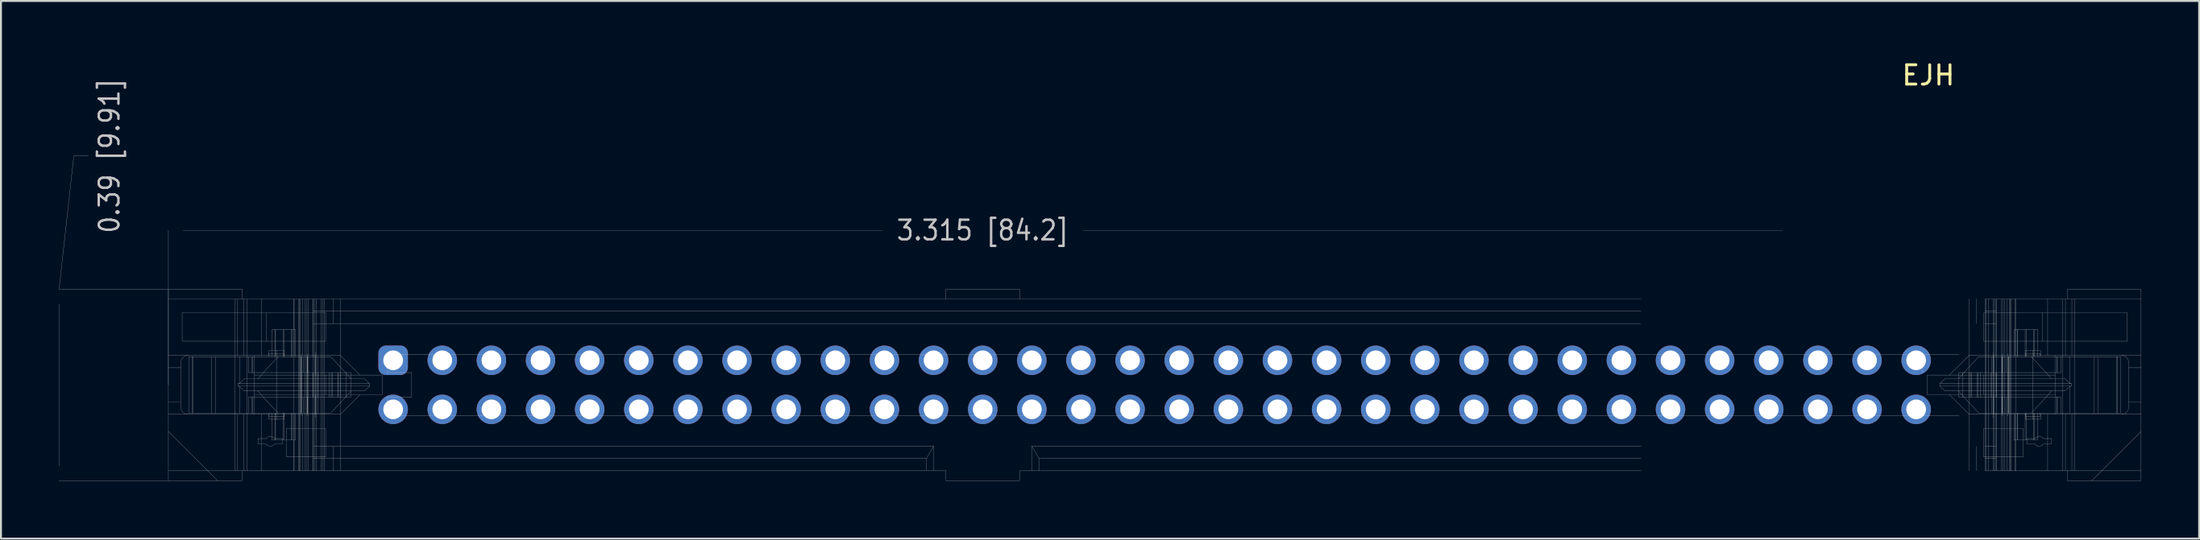
<source format=kicad_pcb>
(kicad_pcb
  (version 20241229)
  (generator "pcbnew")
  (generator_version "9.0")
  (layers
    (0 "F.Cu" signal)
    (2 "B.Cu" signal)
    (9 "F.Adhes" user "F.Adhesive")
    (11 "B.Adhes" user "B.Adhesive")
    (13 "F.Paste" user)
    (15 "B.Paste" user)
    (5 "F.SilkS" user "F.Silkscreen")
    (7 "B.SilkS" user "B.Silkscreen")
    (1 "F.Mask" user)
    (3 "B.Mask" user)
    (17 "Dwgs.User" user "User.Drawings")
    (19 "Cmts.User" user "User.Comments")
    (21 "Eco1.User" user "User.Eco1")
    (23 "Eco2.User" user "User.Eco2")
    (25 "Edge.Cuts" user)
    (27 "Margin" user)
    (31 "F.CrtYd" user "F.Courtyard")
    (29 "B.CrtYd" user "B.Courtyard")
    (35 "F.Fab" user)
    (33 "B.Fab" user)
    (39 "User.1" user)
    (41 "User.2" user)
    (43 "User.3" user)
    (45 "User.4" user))
  (footprint "EJH"
    (layer "F.Cu")
    (at 56.646 16.873)
    (property "Reference" "EJH" (at 40 -16.025 0) (layer "F.SilkS") (effects (font (size 1 1) (thickness 0.15))))
    (attr through_hole)
    (fp_line (start -56.641 4.194) (end -56.641 -4.189) (stroke (width 0.01) (type solid)) (layer "Dwgs.User"))
    (fp_line (start -55.879 -11.859) (end -56.641 -4.95) (stroke (width 0.01) (type solid)) (layer "Dwgs.User"))
    (fp_line (start -55.117 -11.859) (end -55.879 -11.859) (stroke (width 0.01) (type solid)) (layer "Dwgs.User"))
    (fp_line (start -50.99 -4.95) (end -56.641 -4.95) (stroke (width 0.01) (type solid)) (layer "Dwgs.User"))
    (fp_line (start -50.99 -4.95) (end -50.99 4.955) (stroke (width 0.01) (type solid)) (layer "Dwgs.User"))
    (fp_line (start -50.99 -4.442) (end -47.561 -4.442) (stroke (width 0.01) (type solid)) (layer "Dwgs.User"))
    (fp_line (start -50.99 -1.521) (end -47.561 -1.521) (stroke (width 0.01) (type solid)) (layer "Dwgs.User"))
    (fp_line (start -50.99 0.003) (end -50.99 -7.998) (stroke (width 0.01) (type solid)) (layer "Dwgs.User"))
    (fp_line (start -50.99 2.416) (end -48.45 4.955) (stroke (width 0.01) (type solid)) (layer "Dwgs.User"))
    (fp_line (start -50.99 4.955) (end -56.641 4.955) (stroke (width 0.01) (type solid)) (layer "Dwgs.User"))
    (fp_line (start -50.355 -0.886) (end -50.99 -0.886) (stroke (width 0.01) (type solid)) (layer "Dwgs.User"))
    (fp_line (start -50.355 0.891) (end -50.99 0.891) (stroke (width 0.01) (type solid)) (layer "Dwgs.User"))
    (fp_line (start -50.355 1.145) (end -50.355 -1.14) (stroke (width 0.01) (type solid)) (layer "Dwgs.User"))
    (fp_line (start -50.279 -2.258) (end -50.279 -3.731) (stroke (width 0.01) (type solid)) (layer "Dwgs.User"))
    (fp_line (start -50.228 -7.998) (end -14.081 -7.998) (stroke (width 0.01) (type solid)) (layer "Dwgs.User"))
    (fp_line (start -49.942 -1.458) (end -49.942 1.463) (stroke (width 0.01) (type solid)) (layer "Dwgs.User"))
    (fp_line (start -49.761 1.463) (end -49.761 -1.458) (stroke (width 0.01) (type solid)) (layer "Dwgs.User"))
    (fp_line (start -49.729 1.463) (end -49.729 -1.458) (stroke (width 0.01) (type solid)) (layer "Dwgs.User"))
    (fp_line (start -48.759 1.463) (end -48.759 -1.458) (stroke (width 0.01) (type solid)) (layer "Dwgs.User"))
    (fp_line (start -48.563 1.463) (end -48.563 -1.458) (stroke (width 0.01) (type solid)) (layer "Dwgs.User"))
    (fp_line (start -47.561 -1.521) (end -42.926 -1.521) (stroke (width 0.01) (type solid)) (layer "Dwgs.User"))
    (fp_line (start -47.561 -1.458) (end -49.942 -1.458) (stroke (width 0.01) (type solid)) (layer "Dwgs.User"))
    (fp_line (start -47.561 1.463) (end -49.942 1.463) (stroke (width 0.01) (type solid)) (layer "Dwgs.User"))
    (fp_line (start -47.561 1.526) (end -50.99 1.526) (stroke (width 0.01) (type solid)) (layer "Dwgs.User"))
    (fp_line (start -47.561 1.526) (end -42.926 1.526) (stroke (width 0.01) (type solid)) (layer "Dwgs.User"))
    (fp_line (start -47.561 4.447) (end -50.99 4.447) (stroke (width 0.01) (type solid)) (layer "Dwgs.User"))
    (fp_line (start -47.561 4.447) (end -47.561 -4.442) (stroke (width 0.01) (type solid)) (layer "Dwgs.User"))
    (fp_line (start -47.416 -1.521) (end -47.416 -4.442) (stroke (width 0.01) (type solid)) (layer "Dwgs.User"))
    (fp_line (start -47.416 4.447) (end -47.416 1.526) (stroke (width 0.01) (type solid)) (layer "Dwgs.User"))
    (fp_line (start -47.387 -0.061) (end -47.387 0.066) (stroke (width 0.01) (type solid)) (layer "Dwgs.User"))
    (fp_line (start -47.387 -0.061) (end -40.593 -0.061) (stroke (width 0.01) (type solid)) (layer "Dwgs.User"))
    (fp_line (start -47.387 0.066) (end -47.345 0.082) (stroke (width 0.01) (type solid)) (layer "Dwgs.User"))
    (fp_line (start -47.387 0.066) (end -40.593 0.066) (stroke (width 0.01) (type solid)) (layer "Dwgs.User"))
    (fp_line (start -47.345 0.082) (end -47.302 0.087) (stroke (width 0.01) (type solid)) (layer "Dwgs.User"))
    (fp_line (start -47.345 -0.077) (end -47.387 -0.061) (stroke (width 0.01) (type solid)) (layer "Dwgs.User"))
    (fp_line (start -47.302 -0.082) (end -47.345 -0.077) (stroke (width 0.01) (type solid)) (layer "Dwgs.User"))
    (fp_line (start -47.302 -0.082) (end -47.302 -1.458) (stroke (width 0.01) (type solid)) (layer "Dwgs.User"))
    (fp_line (start -47.302 0.087) (end -47.062 0.32) (stroke (width 0.01) (type solid)) (layer "Dwgs.User"))
    (fp_line (start -47.302 1.463) (end -47.302 0.087) (stroke (width 0.01) (type solid)) (layer "Dwgs.User"))
    (fp_line (start -47.181 -4.95) (end -50.99 -4.95) (stroke (width 0.01) (type solid)) (layer "Dwgs.User"))
    (fp_line (start -47.181 -4.442) (end -47.181 -4.95) (stroke (width 0.01) (type solid)) (layer "Dwgs.User"))
    (fp_line (start -47.181 4.955) (end -50.99 4.955) (stroke (width 0.01) (type solid)) (layer "Dwgs.User"))
    (fp_line (start -47.181 4.955) (end -47.181 4.447) (stroke (width 0.01) (type solid)) (layer "Dwgs.User"))
    (fp_line (start -47.084 -1.521) (end -47.084 -4.442) (stroke (width 0.01) (type solid)) (layer "Dwgs.User"))
    (fp_line (start -47.084 4.447) (end -47.084 1.526) (stroke (width 0.01) (type solid)) (layer "Dwgs.User"))
    (fp_line (start -47.062 -0.315) (end -47.302 -0.082) (stroke (width 0.01) (type solid)) (layer "Dwgs.User"))
    (fp_line (start -47.062 0.32) (end -41.553 0.32) (stroke (width 0.01) (type solid)) (layer "Dwgs.User"))
    (fp_line (start -46.926 4.447) (end -46.926 -4.442) (stroke (width 0.01) (type solid)) (layer "Dwgs.User"))
    (fp_line (start -46.845 -1.458) (end -46.845 -0.632) (stroke (width 0.01) (type solid)) (layer "Dwgs.User"))
    (fp_line (start -46.845 0.637) (end -46.845 1.463) (stroke (width 0.01) (type solid)) (layer "Dwgs.User"))
    (fp_line (start -46.663 -1.458) (end -46.663 -0.632) (stroke (width 0.01) (type solid)) (layer "Dwgs.User"))
    (fp_line (start -46.663 1.463) (end -46.663 0.637) (stroke (width 0.01) (type solid)) (layer "Dwgs.User"))
    (fp_line (start -46.632 -1.458) (end -46.632 -0.632) (stroke (width 0.01) (type solid)) (layer "Dwgs.User"))
    (fp_line (start -46.632 1.463) (end -46.632 0.637) (stroke (width 0.01) (type solid)) (layer "Dwgs.User"))
    (fp_line (start -46.545 -0.505) (end -41.567 -0.505) (stroke (width 0.01) (type solid)) (layer "Dwgs.User"))
    (fp_line (start -46.545 0.51) (end -41.567 0.51) (stroke (width 0.01) (type solid)) (layer "Dwgs.User"))
    (fp_line (start -46.545 1.526) (end -46.545 -1.521) (stroke (width 0.01) (type solid)) (layer "Dwgs.User"))
    (fp_line (start -46.365 0.32) (end -45.844 0.898) (stroke (width 0.01) (type solid)) (layer "Dwgs.User"))
    (fp_line (start -46.355 2.784) (end -46.355 3.063) (stroke (width 0.01) (type solid)) (layer "Dwgs.User"))
    (fp_line (start -46.355 3.063) (end -45.932 3.063) (stroke (width 0.01) (type solid)) (layer "Dwgs.User"))
    (fp_line (start -46.164 -4.442) (end -46.164 -1.521) (stroke (width 0.01) (type solid)) (layer "Dwgs.User"))
    (fp_line (start -46.164 1.526) (end -46.164 4.447) (stroke (width 0.01) (type solid)) (layer "Dwgs.User"))
    (fp_line (start -46.026 -0.694) (end -46.365 -0.315) (stroke (width 0.01) (type solid)) (layer "Dwgs.User"))
    (fp_line (start -45.932 2.784) (end -46.355 2.784) (stroke (width 0.01) (type solid)) (layer "Dwgs.User"))
    (fp_line (start -45.91 -2.258) (end -45.91 -3.731) (stroke (width 0.01) (type solid)) (layer "Dwgs.User"))
    (fp_line (start -45.844 0.898) (end -45.58 1.183) (stroke (width 0.01) (type solid)) (layer "Dwgs.User"))
    (fp_line (start -45.796 -1.776) (end -45.796 -1.521) (stroke (width 0.01) (type solid)) (layer "Dwgs.User"))
    (fp_line (start -45.796 1.526) (end -45.796 1.78) (stroke (width 0.01) (type solid)) (layer "Dwgs.User"))
    (fp_line (start -45.783 -1.623) (end -45.783 -1.458) (stroke (width 0.01) (type solid)) (layer "Dwgs.User"))
    (fp_line (start -45.783 1.463) (end -45.783 1.628) (stroke (width 0.01) (type solid)) (layer "Dwgs.User"))
    (fp_line (start -45.672 -1.08) (end -46.026 -0.694) (stroke (width 0.01) (type solid)) (layer "Dwgs.User"))
    (fp_line (start -45.645 -2.855) (end -45.645 -1.458) (stroke (width 0.01) (type solid)) (layer "Dwgs.User"))
    (fp_line (start -45.645 1.463) (end -45.645 2.86) (stroke (width 0.01) (type solid)) (layer "Dwgs.User"))
    (fp_line (start -45.58 1.183) (end -45.309 1.463) (stroke (width 0.01) (type solid)) (layer "Dwgs.User"))
    (fp_line (start -45.508 3.063) (end -45.085 3.063) (stroke (width 0.01) (type solid)) (layer "Dwgs.User"))
    (fp_line (start -45.463 -2.855) (end -45.463 -1.458) (stroke (width 0.01) (type solid)) (layer "Dwgs.User"))
    (fp_line (start -45.463 1.463) (end -45.463 2.86) (stroke (width 0.01) (type solid)) (layer "Dwgs.User"))
    (fp_line (start -45.45 -1.458) (end -45.45 -2.855) (stroke (width 0.01) (type solid)) (layer "Dwgs.User"))
    (fp_line (start -45.45 2.86) (end -45.45 1.463) (stroke (width 0.01) (type solid)) (layer "Dwgs.User"))
    (fp_line (start -45.402 -1.786) (end -45.402 1.791) (stroke (width 0.01) (type solid)) (layer "Dwgs.User"))
    (fp_line (start -45.309 -1.458) (end -45.672 -1.08) (stroke (width 0.01) (type solid)) (layer "Dwgs.User"))
    (fp_line (start -45.085 2.784) (end -45.508 2.784) (stroke (width 0.01) (type solid)) (layer "Dwgs.User"))
    (fp_line (start -45.085 3.063) (end -45.085 2.784) (stroke (width 0.01) (type solid)) (layer "Dwgs.User"))
    (fp_line (start -45.069 -1.458) (end -45.069 -2.855) (stroke (width 0.01) (type solid)) (layer "Dwgs.User"))
    (fp_line (start -45.069 2.86) (end -45.069 1.463) (stroke (width 0.01) (type solid)) (layer "Dwgs.User"))
    (fp_line (start -45.022 -1.623) (end -45.783 -1.623) (stroke (width 0.01) (type solid)) (layer "Dwgs.User"))
    (fp_line (start -45.022 -1.458) (end -45.022 -1.623) (stroke (width 0.01) (type solid)) (layer "Dwgs.User"))
    (fp_line (start -45.022 1.628) (end -45.783 1.628) (stroke (width 0.01) (type solid)) (layer "Dwgs.User"))
    (fp_line (start -45.022 1.628) (end -45.022 1.463) (stroke (width 0.01) (type solid)) (layer "Dwgs.User"))
    (fp_line (start -45.009 -1.776) (end -45.796 -1.776) (stroke (width 0.01) (type solid)) (layer "Dwgs.User"))
    (fp_line (start -45.009 -1.521) (end -45.009 -1.776) (stroke (width 0.01) (type solid)) (layer "Dwgs.User"))
    (fp_line (start -45.009 1.78) (end -45.796 1.78) (stroke (width 0.01) (type solid)) (layer "Dwgs.User"))
    (fp_line (start -45.009 1.78) (end -45.009 1.526) (stroke (width 0.01) (type solid)) (layer "Dwgs.User"))
    (fp_line (start -45 -1.458) (end -45 -2.855) (stroke (width 0.01) (type solid)) (layer "Dwgs.User"))
    (fp_line (start -45 2.86) (end -45 1.463) (stroke (width 0.01) (type solid)) (layer "Dwgs.User"))
    (fp_line (start -44.895 2.263) (end -44.895 3.736) (stroke (width 0.01) (type solid)) (layer "Dwgs.User"))
    (fp_line (start -44.619 -1.458) (end -44.619 -2.855) (stroke (width 0.01) (type solid)) (layer "Dwgs.User"))
    (fp_line (start -44.619 2.86) (end -44.619 1.463) (stroke (width 0.01) (type solid)) (layer "Dwgs.User"))
    (fp_line (start -44.605 -1.458) (end -44.605 -2.855) (stroke (width 0.01) (type solid)) (layer "Dwgs.User"))
    (fp_line (start -44.605 2.86) (end -44.605 1.463) (stroke (width 0.01) (type solid)) (layer "Dwgs.User"))
    (fp_line (start -44.514 4.447) (end -44.514 -4.442) (stroke (width 0.01) (type solid)) (layer "Dwgs.User"))
    (fp_line (start -44.488 -1.521) (end -44.488 -4.442) (stroke (width 0.01) (type solid)) (layer "Dwgs.User"))
    (fp_line (start -44.488 4.447) (end -44.488 1.526) (stroke (width 0.01) (type solid)) (layer "Dwgs.User"))
    (fp_line (start -44.423 -2.855) (end -45.645 -2.855) (stroke (width 0.01) (type solid)) (layer "Dwgs.User"))
    (fp_line (start -44.423 -1.458) (end -44.423 -2.855) (stroke (width 0.01) (type solid)) (layer "Dwgs.User"))
    (fp_line (start -44.423 2.86) (end -45.645 2.86) (stroke (width 0.01) (type solid)) (layer "Dwgs.User"))
    (fp_line (start -44.423 2.86) (end -44.423 1.463) (stroke (width 0.01) (type solid)) (layer "Dwgs.User"))
    (fp_line (start -44.26 4.447) (end -44.26 -4.442) (stroke (width 0.01) (type solid)) (layer "Dwgs.User"))
    (fp_line (start -44.234 4.447) (end -44.234 -4.442) (stroke (width 0.01) (type solid)) (layer "Dwgs.User"))
    (fp_line (start -44.19 4.447) (end -44.19 -4.442) (stroke (width 0.01) (type solid)) (layer "Dwgs.User"))
    (fp_line (start -44.153 -1.458) (end -44.153 1.463) (stroke (width 0.01) (type solid)) (layer "Dwgs.User"))
    (fp_line (start -44.133 1.463) (end -44.133 -1.458) (stroke (width 0.01) (type solid)) (layer "Dwgs.User"))
    (fp_line (start -44.111 1.463) (end -44.111 -1.458) (stroke (width 0.01) (type solid)) (layer "Dwgs.User"))
    (fp_line (start -44.111 1.609) (end -44.111 -1.604) (stroke (width 0.01) (type solid)) (layer "Dwgs.User"))
    (fp_line (start -44.066 -1.521) (end -44.066 -4.442) (stroke (width 0.01) (type solid)) (layer "Dwgs.User"))
    (fp_line (start -44.066 4.447) (end -44.066 1.526) (stroke (width 0.01) (type solid)) (layer "Dwgs.User"))
    (fp_line (start -44.022 -1.458) (end -44.022 -0.632) (stroke (width 0.01) (type solid)) (layer "Dwgs.User"))
    (fp_line (start -44.022 1.463) (end -44.022 0.637) (stroke (width 0.01) (type solid)) (layer "Dwgs.User"))
    (fp_line (start -43.939 4.447) (end -43.939 -4.442) (stroke (width 0.01) (type solid)) (layer "Dwgs.User"))
    (fp_line (start -43.837 4.447) (end -43.837 -4.442) (stroke (width 0.01) (type solid)) (layer "Dwgs.User"))
    (fp_line (start -43.809 -1.458) (end -43.809 -0.632) (stroke (width 0.01) (type solid)) (layer "Dwgs.User"))
    (fp_line (start -43.809 1.463) (end -43.809 0.637) (stroke (width 0.01) (type solid)) (layer "Dwgs.User"))
    (fp_line (start -43.806 1.463) (end -43.806 -1.458) (stroke (width 0.01) (type solid)) (layer "Dwgs.User"))
    (fp_line (start -43.806 1.609) (end -43.806 -1.604) (stroke (width 0.01) (type solid)) (layer "Dwgs.User"))
    (fp_line (start -43.795 -1.458) (end -43.795 -0.632) (stroke (width 0.01) (type solid)) (layer "Dwgs.User"))
    (fp_line (start -43.795 1.463) (end -43.795 0.637) (stroke (width 0.01) (type solid)) (layer "Dwgs.User"))
    (fp_line (start -43.771 4.447) (end -43.771 -4.442) (stroke (width 0.01) (type solid)) (layer "Dwgs.User"))
    (fp_line (start -43.517 4.447) (end -43.517 -4.442) (stroke (width 0.01) (type solid)) (layer "Dwgs.User"))
    (fp_line (start -43.511 0.637) (end -43.511 -0.632) (stroke (width 0.01) (type solid)) (layer "Dwgs.User"))
    (fp_line (start -43.498 0.637) (end -43.498 -0.632) (stroke (width 0.01) (type solid)) (layer "Dwgs.User"))
    (fp_line (start -43.497 -4.442) (end -43.497 -1.458) (stroke (width 0.01) (type solid)) (layer "Dwgs.User"))
    (fp_line (start -43.497 4.447) (end -43.497 1.463) (stroke (width 0.01) (type solid)) (layer "Dwgs.User"))
    (fp_line (start -43.415 4.447) (end -43.415 -4.442) (stroke (width 0.01) (type solid)) (layer "Dwgs.User"))
    (fp_line (start -43.37 -0.505) (end -43.37 -1.521) (stroke (width 0.01) (type solid)) (layer "Dwgs.User"))
    (fp_line (start -43.37 1.526) (end -43.37 0.51) (stroke (width 0.01) (type solid)) (layer "Dwgs.User"))
    (fp_line (start -43.37 1.679) (end -43.37 -1.674) (stroke (width 0.01) (type solid)) (layer "Dwgs.User"))
    (fp_line (start -43.349 4.447) (end -43.349 -4.442) (stroke (width 0.01) (type solid)) (layer "Dwgs.User"))
    (fp_line (start -43.264 1.463) (end -43.264 -1.458) (stroke (width 0.01) (type solid)) (layer "Dwgs.User"))
    (fp_line (start -43.243 0.637) (end -43.243 -0.632) (stroke (width 0.01) (type solid)) (layer "Dwgs.User"))
    (fp_line (start -43.095 4.447) (end -43.095 -4.442) (stroke (width 0.01) (type solid)) (layer "Dwgs.User"))
    (fp_line (start -42.993 4.447) (end -42.993 -4.442) (stroke (width 0.01) (type solid)) (layer "Dwgs.User"))
    (fp_line (start -42.926 -4.442) (end -47.561 -4.442) (stroke (width 0.01) (type solid)) (layer "Dwgs.User"))
    (fp_line (start -42.926 -4.442) (end 25.146 -4.442) (stroke (width 0.01) (type solid)) (layer "Dwgs.User"))
    (fp_line (start -42.926 -3.807) (end -43.498 -3.807) (stroke (width 0.01) (type solid)) (layer "Dwgs.User"))
    (fp_line (start -42.926 -3.172) (end -43.498 -3.172) (stroke (width 0.01) (type solid)) (layer "Dwgs.User"))
    (fp_line (start -42.926 -1.521) (end -42.1 -1.521) (stroke (width 0.01) (type solid)) (layer "Dwgs.User"))
    (fp_line (start -42.926 -1.458) (end -47.561 -1.458) (stroke (width 0.01) (type solid)) (layer "Dwgs.User"))
    (fp_line (start -42.926 -1.458) (end -42.608 -1.458) (stroke (width 0.01) (type solid)) (layer "Dwgs.User"))
    (fp_line (start -42.926 -0.632) (end -46.845 -0.632) (stroke (width 0.01) (type solid)) (layer "Dwgs.User"))
    (fp_line (start -42.926 0.637) (end -46.845 0.637) (stroke (width 0.01) (type solid)) (layer "Dwgs.User"))
    (fp_line (start -42.926 1.463) (end -47.561 1.463) (stroke (width 0.01) (type solid)) (layer "Dwgs.User"))
    (fp_line (start -42.926 1.463) (end -42.608 1.463) (stroke (width 0.01) (type solid)) (layer "Dwgs.User"))
    (fp_line (start -42.926 1.526) (end -42.1 1.526) (stroke (width 0.01) (type solid)) (layer "Dwgs.User"))
    (fp_line (start -42.926 3.178) (end -43.498 3.178) (stroke (width 0.01) (type solid)) (layer "Dwgs.User"))
    (fp_line (start -42.926 3.812) (end -43.498 3.812) (stroke (width 0.01) (type solid)) (layer "Dwgs.User"))
    (fp_line (start -42.926 4.447) (end -47.561 4.447) (stroke (width 0.01) (type solid)) (layer "Dwgs.User"))
    (fp_line (start -42.926 4.447) (end -42.926 -4.442) (stroke (width 0.01) (type solid)) (layer "Dwgs.User"))
    (fp_line (start -42.862 -3.731) (end -50.279 -3.731) (stroke (width 0.01) (type solid)) (layer "Dwgs.User"))
    (fp_line (start -42.862 -2.258) (end -50.279 -2.258) (stroke (width 0.01) (type solid)) (layer "Dwgs.User"))
    (fp_line (start -42.862 -2.258) (end -42.862 -3.731) (stroke (width 0.01) (type solid)) (layer "Dwgs.User"))
    (fp_line (start -42.862 0.51) (end -42.862 -0.505) (stroke (width 0.01) (type solid)) (layer "Dwgs.User"))
    (fp_line (start -42.862 2.263) (end -44.895 2.263) (stroke (width 0.01) (type solid)) (layer "Dwgs.User"))
    (fp_line (start -42.862 2.263) (end -42.862 3.736) (stroke (width 0.01) (type solid)) (layer "Dwgs.User"))
    (fp_line (start -42.862 3.736) (end -44.895 3.736) (stroke (width 0.01) (type solid)) (layer "Dwgs.User"))
    (fp_line (start -42.673 0.637) (end -42.673 -0.632) (stroke (width 0.01) (type solid)) (layer "Dwgs.User"))
    (fp_line (start -42.608 -1.458) (end -42.4 -1.244) (stroke (width 0.01) (type solid)) (layer "Dwgs.User"))
    (fp_line (start -42.571 0.637) (end -42.571 -0.632) (stroke (width 0.01) (type solid)) (layer "Dwgs.User"))
    (fp_line (start -42.504 0.637) (end -42.504 -0.632) (stroke (width 0.01) (type solid)) (layer "Dwgs.User"))
    (fp_line (start -42.481 -3.172) (end -42.481 -4.442) (stroke (width 0.01) (type solid)) (layer "Dwgs.User"))
    (fp_line (start -42.481 4.447) (end -42.481 3.178) (stroke (width 0.01) (type solid)) (layer "Dwgs.User"))
    (fp_line (start -42.4 -1.244) (end -41.972 -0.783) (stroke (width 0.01) (type solid)) (layer "Dwgs.User"))
    (fp_line (start -42.338 1.183) (end -42.608 1.463) (stroke (width 0.01) (type solid)) (layer "Dwgs.User"))
    (fp_line (start -42.235 0.637) (end -42.235 -0.632) (stroke (width 0.01) (type solid)) (layer "Dwgs.User"))
    (fp_line (start -42.202 0.637) (end -42.202 -0.632) (stroke (width 0.01) (type solid)) (layer "Dwgs.User"))
    (fp_line (start -42.111 0.637) (end -42.111 -0.632) (stroke (width 0.01) (type solid)) (layer "Dwgs.User"))
    (fp_line (start -42.1 -1.521) (end -41.084 -0.505) (stroke (width 0.01) (type solid)) (layer "Dwgs.User"))
    (fp_line (start -42.1 4.447) (end -42.1 -4.442) (stroke (width 0.01) (type solid)) (layer "Dwgs.User"))
    (fp_line (start -42.073 0.898) (end -42.338 1.183) (stroke (width 0.01) (type solid)) (layer "Dwgs.User"))
    (fp_line (start -41.972 -0.783) (end -41.836 -0.633) (stroke (width 0.01) (type solid)) (layer "Dwgs.User"))
    (fp_line (start -41.837 0.639) (end -42.073 0.898) (stroke (width 0.01) (type solid)) (layer "Dwgs.User"))
    (fp_line (start -41.836 -0.633) (end -41.567 -0.331) (stroke (width 0.01) (type solid)) (layer "Dwgs.User"))
    (fp_line (start -41.786 0.637) (end -41.786 -0.632) (stroke (width 0.01) (type solid)) (layer "Dwgs.User"))
    (fp_line (start -41.567 -0.632) (end -42.926 -0.632) (stroke (width 0.01) (type solid)) (layer "Dwgs.User"))
    (fp_line (start -41.567 -0.505) (end -39.941 -0.505) (stroke (width 0.01) (type solid)) (layer "Dwgs.User"))
    (fp_line (start -41.567 0.51) (end -39.941 0.51) (stroke (width 0.01) (type solid)) (layer "Dwgs.User"))
    (fp_line (start -41.567 0.637) (end -42.926 0.637) (stroke (width 0.01) (type solid)) (layer "Dwgs.User"))
    (fp_line (start -41.567 0.637) (end -41.567 -0.632) (stroke (width 0.01) (type solid)) (layer "Dwgs.User"))
    (fp_line (start -41.567 0.336) (end -41.837 0.639) (stroke (width 0.01) (type solid)) (layer "Dwgs.User"))
    (fp_line (start -41.553 -0.315) (end -47.062 -0.315) (stroke (width 0.01) (type solid)) (layer "Dwgs.User"))
    (fp_line (start -41.553 -0.315) (end -40.855 -0.315) (stroke (width 0.01) (type solid)) (layer "Dwgs.User"))
    (fp_line (start -41.084 0.51) (end -42.1 1.526) (stroke (width 0.01) (type solid)) (layer "Dwgs.User"))
    (fp_line (start -40.855 -0.315) (end -40.593 -0.061) (stroke (width 0.01) (type solid)) (layer "Dwgs.User"))
    (fp_line (start -40.855 0.32) (end -41.553 0.32) (stroke (width 0.01) (type solid)) (layer "Dwgs.User"))
    (fp_line (start -40.593 -0.061) (end -40.593 0.066) (stroke (width 0.01) (type solid)) (layer "Dwgs.User"))
    (fp_line (start -40.593 0.066) (end -40.855 0.32) (stroke (width 0.01) (type solid)) (layer "Dwgs.User"))
    (fp_line (start -39.941 0.51) (end -39.941 -0.505) (stroke (width 0.01) (type solid)) (layer "Dwgs.User"))
    (fp_line (start -39.687 -1.585) (end -39.497 -1.395) (stroke (width 0.01) (type solid)) (layer "Dwgs.User"))
    (fp_line (start -39.687 -0.95) (end -39.687 -1.585) (stroke (width 0.01) (type solid)) (layer "Dwgs.User"))
    (fp_line (start -39.687 -0.95) (end -39.687 -0.632) (stroke (width 0.01) (type solid)) (layer "Dwgs.User"))
    (fp_line (start -39.687 0.637) (end -39.687 0.955) (stroke (width 0.01) (type solid)) (layer "Dwgs.User"))
    (fp_line (start -39.687 0.637) (end -38.417 0.637) (stroke (width 0.01) (type solid)) (layer "Dwgs.User"))
    (fp_line (start -39.687 0.955) (end -39.497 1.145) (stroke (width 0.01) (type solid)) (layer "Dwgs.User"))
    (fp_line (start -39.687 1.59) (end -39.687 0.955) (stroke (width 0.01) (type solid)) (layer "Dwgs.User"))
    (fp_line (start -39.497 -1.14) (end -39.687 -0.95) (stroke (width 0.01) (type solid)) (layer "Dwgs.User"))
    (fp_line (start -39.497 -1.14) (end -39.497 -1.395) (stroke (width 0.01) (type solid)) (layer "Dwgs.User"))
    (fp_line (start -39.497 1.399) (end -39.687 1.59) (stroke (width 0.01) (type solid)) (layer "Dwgs.User"))
    (fp_line (start -39.497 1.399) (end -39.497 1.145) (stroke (width 0.01) (type solid)) (layer "Dwgs.User"))
    (fp_line (start -39.243 -1.395) (end -39.497 -1.395) (stroke (width 0.01) (type solid)) (layer "Dwgs.User"))
    (fp_line (start -39.243 -1.395) (end -39.052 -1.585) (stroke (width 0.01) (type solid)) (layer "Dwgs.User"))
    (fp_line (start -39.243 -1.141) (end -39.497 -1.14) (stroke (width 0.01) (type solid)) (layer "Dwgs.User"))
    (fp_line (start -39.243 -1.141) (end -39.243 -1.395) (stroke (width 0.01) (type solid)) (layer "Dwgs.User"))
    (fp_line (start -39.243 1.145) (end -39.497 1.145) (stroke (width 0.01) (type solid)) (layer "Dwgs.User"))
    (fp_line (start -39.243 1.145) (end -39.052 0.955) (stroke (width 0.01) (type solid)) (layer "Dwgs.User"))
    (fp_line (start -39.243 1.399) (end -39.497 1.399) (stroke (width 0.01) (type solid)) (layer "Dwgs.User"))
    (fp_line (start -39.243 1.399) (end -39.243 1.145) (stroke (width 0.01) (type solid)) (layer "Dwgs.User"))
    (fp_line (start -39.052 -1.585) (end -39.687 -1.585) (stroke (width 0.01) (type solid)) (layer "Dwgs.User"))
    (fp_line (start -39.052 -1.585) (end -37.148 -1.585) (stroke (width 0.01) (type solid)) (layer "Dwgs.User"))
    (fp_line (start -39.052 -0.95) (end -39.687 -0.95) (stroke (width 0.01) (type solid)) (layer "Dwgs.User"))
    (fp_line (start -39.052 -0.95) (end -39.243 -1.141) (stroke (width 0.01) (type solid)) (layer "Dwgs.User"))
    (fp_line (start -39.052 -0.95) (end -39.052 -1.585) (stroke (width 0.01) (type solid)) (layer "Dwgs.User"))
    (fp_line (start -39.052 0.955) (end -39.687 0.955) (stroke (width 0.01) (type solid)) (layer "Dwgs.User"))
    (fp_line (start -39.052 1.59) (end -39.687 1.59) (stroke (width 0.01) (type solid)) (layer "Dwgs.User"))
    (fp_line (start -39.052 1.59) (end -39.243 1.399) (stroke (width 0.01) (type solid)) (layer "Dwgs.User"))
    (fp_line (start -39.052 1.59) (end -39.052 0.955) (stroke (width 0.01) (type solid)) (layer "Dwgs.User"))
    (fp_line (start -38.417 -0.632) (end -39.687 -0.632) (stroke (width 0.01) (type solid)) (layer "Dwgs.User"))
    (fp_line (start -38.417 0.637) (end -38.417 -0.632) (stroke (width 0.01) (type solid)) (layer "Dwgs.User"))
    (fp_line (start -37.148 -1.585) (end -36.957 -1.395) (stroke (width 0.01) (type solid)) (layer "Dwgs.User"))
    (fp_line (start -37.148 -0.95) (end -37.148 -1.585) (stroke (width 0.01) (type solid)) (layer "Dwgs.User"))
    (fp_line (start -37.148 0.955) (end -36.957 1.145) (stroke (width 0.01) (type solid)) (layer "Dwgs.User"))
    (fp_line (start -37.148 1.59) (end -39.052 1.59) (stroke (width 0.01) (type solid)) (layer "Dwgs.User"))
    (fp_line (start -37.148 1.59) (end -37.148 0.955) (stroke (width 0.01) (type solid)) (layer "Dwgs.User"))
    (fp_line (start -36.957 -1.14) (end -37.148 -0.95) (stroke (width 0.01) (type solid)) (layer "Dwgs.User"))
    (fp_line (start -36.957 -1.14) (end -36.957 -1.395) (stroke (width 0.01) (type solid)) (layer "Dwgs.User"))
    (fp_line (start -36.957 1.399) (end -37.148 1.59) (stroke (width 0.01) (type solid)) (layer "Dwgs.User"))
    (fp_line (start -36.957 1.399) (end -36.957 1.145) (stroke (width 0.01) (type solid)) (layer "Dwgs.User"))
    (fp_line (start -36.703 -1.395) (end -36.957 -1.395) (stroke (width 0.01) (type solid)) (layer "Dwgs.User"))
    (fp_line (start -36.703 -1.395) (end -36.512 -1.585) (stroke (width 0.01) (type solid)) (layer "Dwgs.User"))
    (fp_line (start -36.703 -1.14) (end -36.957 -1.14) (stroke (width 0.01) (type solid)) (layer "Dwgs.User"))
    (fp_line (start -36.703 -1.14) (end -36.703 -1.395) (stroke (width 0.01) (type solid)) (layer "Dwgs.User"))
    (fp_line (start -36.703 1.145) (end -36.957 1.145) (stroke (width 0.01) (type solid)) (layer "Dwgs.User"))
    (fp_line (start -36.703 1.145) (end -36.512 0.955) (stroke (width 0.01) (type solid)) (layer "Dwgs.User"))
    (fp_line (start -36.703 1.399) (end -36.957 1.399) (stroke (width 0.01) (type solid)) (layer "Dwgs.User"))
    (fp_line (start -36.703 1.399) (end -36.703 1.145) (stroke (width 0.01) (type solid)) (layer "Dwgs.User"))
    (fp_line (start -36.512 -1.585) (end -37.148 -1.585) (stroke (width 0.01) (type solid)) (layer "Dwgs.User"))
    (fp_line (start -36.512 -1.585) (end -34.607 -1.585) (stroke (width 0.01) (type solid)) (layer "Dwgs.User"))
    (fp_line (start -36.512 -0.95) (end -37.148 -0.95) (stroke (width 0.01) (type solid)) (layer "Dwgs.User"))
    (fp_line (start -36.512 -0.95) (end -36.703 -1.14) (stroke (width 0.01) (type solid)) (layer "Dwgs.User"))
    (fp_line (start -36.512 -0.95) (end -36.512 -1.585) (stroke (width 0.01) (type solid)) (layer "Dwgs.User"))
    (fp_line (start -36.512 0.955) (end -37.148 0.955) (stroke (width 0.01) (type solid)) (layer "Dwgs.User"))
    (fp_line (start -36.512 1.59) (end -37.148 1.59) (stroke (width 0.01) (type solid)) (layer "Dwgs.User"))
    (fp_line (start -36.512 1.59) (end -36.703 1.399) (stroke (width 0.01) (type solid)) (layer "Dwgs.User"))
    (fp_line (start -36.512 1.59) (end -36.512 0.955) (stroke (width 0.01) (type solid)) (layer "Dwgs.User"))
    (fp_line (start -34.607 -1.585) (end -34.417 -1.395) (stroke (width 0.01) (type solid)) (layer "Dwgs.User"))
    (fp_line (start -34.607 -0.95) (end -34.607 -1.585) (stroke (width 0.01) (type solid)) (layer "Dwgs.User"))
    (fp_line (start -34.607 0.955) (end -34.417 1.145) (stroke (width 0.01) (type solid)) (layer "Dwgs.User"))
    (fp_line (start -34.607 1.59) (end -36.512 1.59) (stroke (width 0.01) (type solid)) (layer "Dwgs.User"))
    (fp_line (start -34.607 1.59) (end -34.607 0.955) (stroke (width 0.01) (type solid)) (layer "Dwgs.User"))
    (fp_line (start -34.417 -1.14) (end -34.607 -0.95) (stroke (width 0.01) (type solid)) (layer "Dwgs.User"))
    (fp_line (start -34.417 -1.14) (end -34.417 -1.395) (stroke (width 0.01) (type solid)) (layer "Dwgs.User"))
    (fp_line (start -34.417 1.399) (end -34.607 1.59) (stroke (width 0.01) (type solid)) (layer "Dwgs.User"))
    (fp_line (start -34.417 1.399) (end -34.417 1.145) (stroke (width 0.01) (type solid)) (layer "Dwgs.User"))
    (fp_line (start -34.163 -1.395) (end -34.417 -1.395) (stroke (width 0.01) (type solid)) (layer "Dwgs.User"))
    (fp_line (start -34.163 -1.395) (end -33.972 -1.585) (stroke (width 0.01) (type solid)) (layer "Dwgs.User"))
    (fp_line (start -34.163 -1.141) (end -34.417 -1.14) (stroke (width 0.01) (type solid)) (layer "Dwgs.User"))
    (fp_line (start -34.163 -1.141) (end -34.163 -1.395) (stroke (width 0.01) (type solid)) (layer "Dwgs.User"))
    (fp_line (start -34.163 1.145) (end -34.417 1.145) (stroke (width 0.01) (type solid)) (layer "Dwgs.User"))
    (fp_line (start -34.163 1.145) (end -33.972 0.955) (stroke (width 0.01) (type solid)) (layer "Dwgs.User"))
    (fp_line (start -34.163 1.399) (end -34.417 1.399) (stroke (width 0.01) (type solid)) (layer "Dwgs.User"))
    (fp_line (start -34.163 1.399) (end -34.163 1.145) (stroke (width 0.01) (type solid)) (layer "Dwgs.User"))
    (fp_line (start -33.972 -1.585) (end -34.607 -1.585) (stroke (width 0.01) (type solid)) (layer "Dwgs.User"))
    (fp_line (start -33.972 -1.585) (end -32.068 -1.585) (stroke (width 0.01) (type solid)) (layer "Dwgs.User"))
    (fp_line (start -33.972 -0.95) (end -34.607 -0.95) (stroke (width 0.01) (type solid)) (layer "Dwgs.User"))
    (fp_line (start -33.972 -0.95) (end -34.163 -1.141) (stroke (width 0.01) (type solid)) (layer "Dwgs.User"))
    (fp_line (start -33.972 -0.95) (end -33.972 -1.585) (stroke (width 0.01) (type solid)) (layer "Dwgs.User"))
    (fp_line (start -33.972 0.955) (end -34.607 0.955) (stroke (width 0.01) (type solid)) (layer "Dwgs.User"))
    (fp_line (start -33.972 1.59) (end -34.607 1.59) (stroke (width 0.01) (type solid)) (layer "Dwgs.User"))
    (fp_line (start -33.972 1.59) (end -34.163 1.399) (stroke (width 0.01) (type solid)) (layer "Dwgs.User"))
    (fp_line (start -33.972 1.59) (end -33.972 0.955) (stroke (width 0.01) (type solid)) (layer "Dwgs.User"))
    (fp_line (start -32.068 -1.585) (end -31.877 -1.395) (stroke (width 0.01) (type solid)) (layer "Dwgs.User"))
    (fp_line (start -32.068 -0.95) (end -32.068 -1.585) (stroke (width 0.01) (type solid)) (layer "Dwgs.User"))
    (fp_line (start -32.068 0.955) (end -31.877 1.145) (stroke (width 0.01) (type solid)) (layer "Dwgs.User"))
    (fp_line (start -32.068 1.59) (end -33.972 1.59) (stroke (width 0.01) (type solid)) (layer "Dwgs.User"))
    (fp_line (start -32.067 1.59) (end -32.068 0.955) (stroke (width 0.01) (type solid)) (layer "Dwgs.User"))
    (fp_line (start -31.877 -1.14) (end -32.068 -0.95) (stroke (width 0.01) (type solid)) (layer "Dwgs.User"))
    (fp_line (start -31.877 -1.14) (end -31.877 -1.395) (stroke (width 0.01) (type solid)) (layer "Dwgs.User"))
    (fp_line (start -31.877 1.399) (end -32.067 1.59) (stroke (width 0.01) (type solid)) (layer "Dwgs.User"))
    (fp_line (start -31.877 1.399) (end -31.877 1.145) (stroke (width 0.01) (type solid)) (layer "Dwgs.User"))
    (fp_line (start -31.623 -1.395) (end -31.877 -1.395) (stroke (width 0.01) (type solid)) (layer "Dwgs.User"))
    (fp_line (start -31.623 -1.395) (end -31.433 -1.585) (stroke (width 0.01) (type solid)) (layer "Dwgs.User"))
    (fp_line (start -31.623 -1.14) (end -31.877 -1.14) (stroke (width 0.01) (type solid)) (layer "Dwgs.User"))
    (fp_line (start -31.623 -1.14) (end -31.623 -1.395) (stroke (width 0.01) (type solid)) (layer "Dwgs.User"))
    (fp_line (start -31.623 1.145) (end -31.877 1.145) (stroke (width 0.01) (type solid)) (layer "Dwgs.User"))
    (fp_line (start -31.623 1.145) (end -31.433 0.955) (stroke (width 0.01) (type solid)) (layer "Dwgs.User"))
    (fp_line (start -31.623 1.399) (end -31.877 1.399) (stroke (width 0.01) (type solid)) (layer "Dwgs.User"))
    (fp_line (start -31.623 1.399) (end -31.623 1.145) (stroke (width 0.01) (type solid)) (layer "Dwgs.User"))
    (fp_line (start -31.433 -1.585) (end -32.068 -1.585) (stroke (width 0.01) (type solid)) (layer "Dwgs.User"))
    (fp_line (start -31.433 -1.585) (end -29.527 -1.585) (stroke (width 0.01) (type solid)) (layer "Dwgs.User"))
    (fp_line (start -31.433 -0.95) (end -32.068 -0.95) (stroke (width 0.01) (type solid)) (layer "Dwgs.User"))
    (fp_line (start -31.433 -0.95) (end -31.623 -1.14) (stroke (width 0.01) (type solid)) (layer "Dwgs.User"))
    (fp_line (start -31.433 -0.95) (end -31.433 -1.585) (stroke (width 0.01) (type solid)) (layer "Dwgs.User"))
    (fp_line (start -31.433 0.955) (end -32.068 0.955) (stroke (width 0.01) (type solid)) (layer "Dwgs.User"))
    (fp_line (start -31.433 1.59) (end -32.067 1.59) (stroke (width 0.01) (type solid)) (layer "Dwgs.User"))
    (fp_line (start -31.433 1.59) (end -31.623 1.399) (stroke (width 0.01) (type solid)) (layer "Dwgs.User"))
    (fp_line (start -31.433 1.59) (end -31.433 0.955) (stroke (width 0.01) (type solid)) (layer "Dwgs.User"))
    (fp_line (start -29.527 -1.585) (end -29.337 -1.395) (stroke (width 0.01) (type solid)) (layer "Dwgs.User"))
    (fp_line (start -29.527 -0.95) (end -29.527 -1.585) (stroke (width 0.01) (type solid)) (layer "Dwgs.User"))
    (fp_line (start -29.527 0.955) (end -29.337 1.145) (stroke (width 0.01) (type solid)) (layer "Dwgs.User"))
    (fp_line (start -29.527 1.59) (end -31.433 1.59) (stroke (width 0.01) (type solid)) (layer "Dwgs.User"))
    (fp_line (start -29.527 1.59) (end -29.527 0.955) (stroke (width 0.01) (type solid)) (layer "Dwgs.User"))
    (fp_line (start -29.337 -1.14) (end -29.527 -0.95) (stroke (width 0.01) (type solid)) (layer "Dwgs.User"))
    (fp_line (start -29.337 -1.14) (end -29.337 -1.395) (stroke (width 0.01) (type solid)) (layer "Dwgs.User"))
    (fp_line (start -29.337 1.399) (end -29.527 1.59) (stroke (width 0.01) (type solid)) (layer "Dwgs.User"))
    (fp_line (start -29.337 1.399) (end -29.337 1.145) (stroke (width 0.01) (type solid)) (layer "Dwgs.User"))
    (fp_line (start -29.083 -1.395) (end -29.337 -1.395) (stroke (width 0.01) (type solid)) (layer "Dwgs.User"))
    (fp_line (start -29.083 -1.395) (end -28.892 -1.585) (stroke (width 0.01) (type solid)) (layer "Dwgs.User"))
    (fp_line (start -29.083 -1.14) (end -29.337 -1.14) (stroke (width 0.01) (type solid)) (layer "Dwgs.User"))
    (fp_line (start -29.083 -1.14) (end -29.083 -1.395) (stroke (width 0.01) (type solid)) (layer "Dwgs.User"))
    (fp_line (start -29.083 1.145) (end -29.337 1.145) (stroke (width 0.01) (type solid)) (layer "Dwgs.User"))
    (fp_line (start -29.083 1.145) (end -28.892 0.955) (stroke (width 0.01) (type solid)) (layer "Dwgs.User"))
    (fp_line (start -29.083 1.399) (end -29.337 1.399) (stroke (width 0.01) (type solid)) (layer "Dwgs.User"))
    (fp_line (start -29.083 1.399) (end -29.083 1.145) (stroke (width 0.01) (type solid)) (layer "Dwgs.User"))
    (fp_line (start -28.892 -1.585) (end -29.527 -1.585) (stroke (width 0.01) (type solid)) (layer "Dwgs.User"))
    (fp_line (start -28.892 -1.585) (end -26.988 -1.585) (stroke (width 0.01) (type solid)) (layer "Dwgs.User"))
    (fp_line (start -28.892 -0.95) (end -29.527 -0.95) (stroke (width 0.01) (type solid)) (layer "Dwgs.User"))
    (fp_line (start -28.892 -0.95) (end -29.083 -1.14) (stroke (width 0.01) (type solid)) (layer "Dwgs.User"))
    (fp_line (start -28.892 -0.95) (end -28.892 -1.585) (stroke (width 0.01) (type solid)) (layer "Dwgs.User"))
    (fp_line (start -28.892 0.955) (end -29.527 0.955) (stroke (width 0.01) (type solid)) (layer "Dwgs.User"))
    (fp_line (start -28.892 1.59) (end -29.527 1.59) (stroke (width 0.01) (type solid)) (layer "Dwgs.User"))
    (fp_line (start -28.892 1.59) (end -29.083 1.399) (stroke (width 0.01) (type solid)) (layer "Dwgs.User"))
    (fp_line (start -28.892 1.59) (end -28.892 0.955) (stroke (width 0.01) (type solid)) (layer "Dwgs.User"))
    (fp_line (start -26.988 -0.95) (end -26.987 -1.585) (stroke (width 0.01) (type solid)) (layer "Dwgs.User"))
    (fp_line (start -26.988 1.59) (end -28.892 1.59) (stroke (width 0.01) (type solid)) (layer "Dwgs.User"))
    (fp_line (start -26.987 -1.585) (end -26.797 -1.395) (stroke (width 0.01) (type solid)) (layer "Dwgs.User"))
    (fp_line (start -26.987 0.955) (end -26.797 1.145) (stroke (width 0.01) (type solid)) (layer "Dwgs.User"))
    (fp_line (start -26.987 1.59) (end -26.987 0.955) (stroke (width 0.01) (type solid)) (layer "Dwgs.User"))
    (fp_line (start -26.797 -1.14) (end -26.988 -0.95) (stroke (width 0.01) (type solid)) (layer "Dwgs.User"))
    (fp_line (start -26.797 -1.14) (end -26.797 -1.395) (stroke (width 0.01) (type solid)) (layer "Dwgs.User"))
    (fp_line (start -26.797 1.399) (end -26.987 1.59) (stroke (width 0.01) (type solid)) (layer "Dwgs.User"))
    (fp_line (start -26.797 1.399) (end -26.797 1.145) (stroke (width 0.01) (type solid)) (layer "Dwgs.User"))
    (fp_line (start -26.543 -1.395) (end -26.797 -1.395) (stroke (width 0.01) (type solid)) (layer "Dwgs.User"))
    (fp_line (start -26.543 -1.395) (end -26.352 -1.585) (stroke (width 0.01) (type solid)) (layer "Dwgs.User"))
    (fp_line (start -26.543 -1.141) (end -26.797 -1.14) (stroke (width 0.01) (type solid)) (layer "Dwgs.User"))
    (fp_line (start -26.543 -1.141) (end -26.543 -1.395) (stroke (width 0.01) (type solid)) (layer "Dwgs.User"))
    (fp_line (start -26.543 1.145) (end -26.797 1.145) (stroke (width 0.01) (type solid)) (layer "Dwgs.User"))
    (fp_line (start -26.543 1.145) (end -26.352 0.955) (stroke (width 0.01) (type solid)) (layer "Dwgs.User"))
    (fp_line (start -26.543 1.399) (end -26.797 1.399) (stroke (width 0.01) (type solid)) (layer "Dwgs.User"))
    (fp_line (start -26.543 1.399) (end -26.543 1.145) (stroke (width 0.01) (type solid)) (layer "Dwgs.User"))
    (fp_line (start -26.352 -1.585) (end -26.987 -1.585) (stroke (width 0.01) (type solid)) (layer "Dwgs.User"))
    (fp_line (start -26.352 -1.585) (end -24.448 -1.585) (stroke (width 0.01) (type solid)) (layer "Dwgs.User"))
    (fp_line (start -26.352 -0.95) (end -26.988 -0.95) (stroke (width 0.01) (type solid)) (layer "Dwgs.User"))
    (fp_line (start -26.352 -0.95) (end -26.543 -1.141) (stroke (width 0.01) (type solid)) (layer "Dwgs.User"))
    (fp_line (start -26.352 -0.95) (end -26.352 -1.585) (stroke (width 0.01) (type solid)) (layer "Dwgs.User"))
    (fp_line (start -26.352 0.955) (end -26.987 0.955) (stroke (width 0.01) (type solid)) (layer "Dwgs.User"))
    (fp_line (start -26.352 1.59) (end -26.987 1.59) (stroke (width 0.01) (type solid)) (layer "Dwgs.User"))
    (fp_line (start -26.352 1.59) (end -26.543 1.399) (stroke (width 0.01) (type solid)) (layer "Dwgs.User"))
    (fp_line (start -26.352 1.59) (end -26.352 0.955) (stroke (width 0.01) (type solid)) (layer "Dwgs.User"))
    (fp_line (start -24.448 -0.95) (end -24.447 -1.585) (stroke (width 0.01) (type solid)) (layer "Dwgs.User"))
    (fp_line (start -24.448 1.59) (end -26.352 1.59) (stroke (width 0.01) (type solid)) (layer "Dwgs.User"))
    (fp_line (start -24.447 -1.585) (end -24.257 -1.395) (stroke (width 0.01) (type solid)) (layer "Dwgs.User"))
    (fp_line (start -24.447 0.955) (end -24.257 1.145) (stroke (width 0.01) (type solid)) (layer "Dwgs.User"))
    (fp_line (start -24.447 1.59) (end -24.447 0.955) (stroke (width 0.01) (type solid)) (layer "Dwgs.User"))
    (fp_line (start -24.257 -1.14) (end -24.448 -0.95) (stroke (width 0.01) (type solid)) (layer "Dwgs.User"))
    (fp_line (start -24.257 -1.14) (end -24.257 -1.395) (stroke (width 0.01) (type solid)) (layer "Dwgs.User"))
    (fp_line (start -24.257 1.399) (end -24.447 1.59) (stroke (width 0.01) (type solid)) (layer "Dwgs.User"))
    (fp_line (start -24.257 1.399) (end -24.257 1.145) (stroke (width 0.01) (type solid)) (layer "Dwgs.User"))
    (fp_line (start -24.003 -1.395) (end -24.257 -1.395) (stroke (width 0.01) (type solid)) (layer "Dwgs.User"))
    (fp_line (start -24.003 -1.395) (end -23.812 -1.585) (stroke (width 0.01) (type solid)) (layer "Dwgs.User"))
    (fp_line (start -24.003 -1.14) (end -24.257 -1.14) (stroke (width 0.01) (type solid)) (layer "Dwgs.User"))
    (fp_line (start -24.003 -1.14) (end -24.003 -1.395) (stroke (width 0.01) (type solid)) (layer "Dwgs.User"))
    (fp_line (start -24.003 1.145) (end -24.257 1.145) (stroke (width 0.01) (type solid)) (layer "Dwgs.User"))
    (fp_line (start -24.003 1.145) (end -23.812 0.955) (stroke (width 0.01) (type solid)) (layer "Dwgs.User"))
    (fp_line (start -24.003 1.399) (end -24.257 1.399) (stroke (width 0.01) (type solid)) (layer "Dwgs.User"))
    (fp_line (start -24.003 1.399) (end -24.003 1.145) (stroke (width 0.01) (type solid)) (layer "Dwgs.User"))
    (fp_line (start -23.812 -1.585) (end -24.447 -1.585) (stroke (width 0.01) (type solid)) (layer "Dwgs.User"))
    (fp_line (start -23.812 -1.585) (end -21.907 -1.585) (stroke (width 0.01) (type solid)) (layer "Dwgs.User"))
    (fp_line (start -23.812 -0.95) (end -24.448 -0.95) (stroke (width 0.01) (type solid)) (layer "Dwgs.User"))
    (fp_line (start -23.812 -0.95) (end -24.003 -1.14) (stroke (width 0.01) (type solid)) (layer "Dwgs.User"))
    (fp_line (start -23.812 -0.95) (end -23.812 -1.585) (stroke (width 0.01) (type solid)) (layer "Dwgs.User"))
    (fp_line (start -23.812 0.955) (end -24.447 0.955) (stroke (width 0.01) (type solid)) (layer "Dwgs.User"))
    (fp_line (start -23.812 1.59) (end -24.447 1.59) (stroke (width 0.01) (type solid)) (layer "Dwgs.User"))
    (fp_line (start -23.812 1.59) (end -24.003 1.399) (stroke (width 0.01) (type solid)) (layer "Dwgs.User"))
    (fp_line (start -23.812 1.59) (end -23.812 0.955) (stroke (width 0.01) (type solid)) (layer "Dwgs.User"))
    (fp_line (start -21.907 -0.95) (end -21.907 -1.585) (stroke (width 0.01) (type solid)) (layer "Dwgs.User"))
    (fp_line (start -21.907 1.59) (end -23.812 1.59) (stroke (width 0.01) (type solid)) (layer "Dwgs.User"))
    (fp_line (start -21.907 1.59) (end -21.907 0.955) (stroke (width 0.01) (type solid)) (layer "Dwgs.User"))
    (fp_line (start -21.907 -1.585) (end -21.717 -1.395) (stroke (width 0.01) (type solid)) (layer "Dwgs.User"))
    (fp_line (start -21.907 0.955) (end -21.717 1.145) (stroke (width 0.01) (type solid)) (layer "Dwgs.User"))
    (fp_line (start -21.717 -1.14) (end -21.907 -0.95) (stroke (width 0.01) (type solid)) (layer "Dwgs.User"))
    (fp_line (start -21.717 -1.14) (end -21.717 -1.395) (stroke (width 0.01) (type solid)) (layer "Dwgs.User"))
    (fp_line (start -21.717 1.399) (end -21.907 1.59) (stroke (width 0.01) (type solid)) (layer "Dwgs.User"))
    (fp_line (start -21.717 1.399) (end -21.717 1.145) (stroke (width 0.01) (type solid)) (layer "Dwgs.User"))
    (fp_line (start -21.463 -1.395) (end -21.717 -1.395) (stroke (width 0.01) (type solid)) (layer "Dwgs.User"))
    (fp_line (start -21.463 -1.395) (end -21.273 -1.585) (stroke (width 0.01) (type solid)) (layer "Dwgs.User"))
    (fp_line (start -21.463 -1.14) (end -21.717 -1.14) (stroke (width 0.01) (type solid)) (layer "Dwgs.User"))
    (fp_line (start -21.463 -1.14) (end -21.463 -1.395) (stroke (width 0.01) (type solid)) (layer "Dwgs.User"))
    (fp_line (start -21.463 1.145) (end -21.717 1.145) (stroke (width 0.01) (type solid)) (layer "Dwgs.User"))
    (fp_line (start -21.463 1.145) (end -21.273 0.955) (stroke (width 0.01) (type solid)) (layer "Dwgs.User"))
    (fp_line (start -21.463 1.399) (end -21.717 1.399) (stroke (width 0.01) (type solid)) (layer "Dwgs.User"))
    (fp_line (start -21.463 1.399) (end -21.463 1.145) (stroke (width 0.01) (type solid)) (layer "Dwgs.User"))
    (fp_line (start -21.273 -1.585) (end -21.907 -1.585) (stroke (width 0.01) (type solid)) (layer "Dwgs.User"))
    (fp_line (start -21.273 -1.585) (end -19.367 -1.585) (stroke (width 0.01) (type solid)) (layer "Dwgs.User"))
    (fp_line (start -21.273 -0.95) (end -21.907 -0.95) (stroke (width 0.01) (type solid)) (layer "Dwgs.User"))
    (fp_line (start -21.273 -0.95) (end -21.463 -1.14) (stroke (width 0.01) (type solid)) (layer "Dwgs.User"))
    (fp_line (start -21.273 -0.95) (end -21.273 -1.585) (stroke (width 0.01) (type solid)) (layer "Dwgs.User"))
    (fp_line (start -21.273 0.955) (end -21.907 0.955) (stroke (width 0.01) (type solid)) (layer "Dwgs.User"))
    (fp_line (start -21.273 1.59) (end -21.907 1.59) (stroke (width 0.01) (type solid)) (layer "Dwgs.User"))
    (fp_line (start -21.273 1.59) (end -21.463 1.399) (stroke (width 0.01) (type solid)) (layer "Dwgs.User"))
    (fp_line (start -21.273 1.59) (end -21.273 0.955) (stroke (width 0.01) (type solid)) (layer "Dwgs.User"))
    (fp_line (start -19.367 -0.95) (end -19.367 -1.585) (stroke (width 0.01) (type solid)) (layer "Dwgs.User"))
    (fp_line (start -19.367 0.955) (end -19.177 1.145) (stroke (width 0.01) (type solid)) (layer "Dwgs.User"))
    (fp_line (start -19.367 1.59) (end -21.273 1.59) (stroke (width 0.01) (type solid)) (layer "Dwgs.User"))
    (fp_line (start -19.367 1.59) (end -19.367 0.955) (stroke (width 0.01) (type solid)) (layer "Dwgs.User"))
    (fp_line (start -19.367 -1.585) (end -19.177 -1.395) (stroke (width 0.01) (type solid)) (layer "Dwgs.User"))
    (fp_line (start -19.177 -1.14) (end -19.367 -0.95) (stroke (width 0.01) (type solid)) (layer "Dwgs.User"))
    (fp_line (start -19.177 -1.14) (end -19.177 -1.395) (stroke (width 0.01) (type solid)) (layer "Dwgs.User"))
    (fp_line (start -19.177 1.399) (end -19.367 1.59) (stroke (width 0.01) (type solid)) (layer "Dwgs.User"))
    (fp_line (start -19.177 1.399) (end -19.177 1.145) (stroke (width 0.01) (type solid)) (layer "Dwgs.User"))
    (fp_line (start -18.923 -1.395) (end -19.177 -1.395) (stroke (width 0.01) (type solid)) (layer "Dwgs.User"))
    (fp_line (start -18.923 -1.395) (end -18.733 -1.585) (stroke (width 0.01) (type solid)) (layer "Dwgs.User"))
    (fp_line (start -18.923 -1.14) (end -19.177 -1.14) (stroke (width 0.01) (type solid)) (layer "Dwgs.User"))
    (fp_line (start -18.923 -1.14) (end -18.923 -1.395) (stroke (width 0.01) (type solid)) (layer "Dwgs.User"))
    (fp_line (start -18.923 1.145) (end -19.177 1.145) (stroke (width 0.01) (type solid)) (layer "Dwgs.User"))
    (fp_line (start -18.923 1.145) (end -18.733 0.955) (stroke (width 0.01) (type solid)) (layer "Dwgs.User"))
    (fp_line (start -18.923 1.399) (end -19.177 1.399) (stroke (width 0.01) (type solid)) (layer "Dwgs.User"))
    (fp_line (start -18.923 1.399) (end -18.923 1.145) (stroke (width 0.01) (type solid)) (layer "Dwgs.User"))
    (fp_line (start -18.733 -1.585) (end -19.367 -1.585) (stroke (width 0.01) (type solid)) (layer "Dwgs.User"))
    (fp_line (start -18.733 -1.585) (end -16.828 -1.585) (stroke (width 0.01) (type solid)) (layer "Dwgs.User"))
    (fp_line (start -18.733 -0.95) (end -19.367 -0.95) (stroke (width 0.01) (type solid)) (layer "Dwgs.User"))
    (fp_line (start -18.733 -0.95) (end -18.923 -1.14) (stroke (width 0.01) (type solid)) (layer "Dwgs.User"))
    (fp_line (start -18.733 -0.95) (end -18.733 -1.585) (stroke (width 0.01) (type solid)) (layer "Dwgs.User"))
    (fp_line (start -18.733 0.955) (end -19.367 0.955) (stroke (width 0.01) (type solid)) (layer "Dwgs.User"))
    (fp_line (start -18.733 1.59) (end -19.367 1.59) (stroke (width 0.01) (type solid)) (layer "Dwgs.User"))
    (fp_line (start -18.733 1.59) (end -18.923 1.399) (stroke (width 0.01) (type solid)) (layer "Dwgs.User"))
    (fp_line (start -18.733 1.59) (end -18.733 0.955) (stroke (width 0.01) (type solid)) (layer "Dwgs.User"))
    (fp_line (start -16.828 -1.585) (end -16.637 -1.395) (stroke (width 0.01) (type solid)) (layer "Dwgs.User"))
    (fp_line (start -16.828 -0.95) (end -16.828 -1.585) (stroke (width 0.01) (type solid)) (layer "Dwgs.User"))
    (fp_line (start -16.828 0.955) (end -16.637 1.145) (stroke (width 0.01) (type solid)) (layer "Dwgs.User"))
    (fp_line (start -16.828 1.59) (end -18.733 1.59) (stroke (width 0.01) (type solid)) (layer "Dwgs.User"))
    (fp_line (start -16.828 1.59) (end -16.828 0.955) (stroke (width 0.01) (type solid)) (layer "Dwgs.User"))
    (fp_line (start -16.637 -1.14) (end -16.828 -0.95) (stroke (width 0.01) (type solid)) (layer "Dwgs.User"))
    (fp_line (start -16.637 -1.14) (end -16.637 -1.395) (stroke (width 0.01) (type solid)) (layer "Dwgs.User"))
    (fp_line (start -16.637 1.399) (end -16.828 1.59) (stroke (width 0.01) (type solid)) (layer "Dwgs.User"))
    (fp_line (start -16.637 1.399) (end -16.637 1.145) (stroke (width 0.01) (type solid)) (layer "Dwgs.User"))
    (fp_line (start -16.383 -1.395) (end -16.637 -1.395) (stroke (width 0.01) (type solid)) (layer "Dwgs.User"))
    (fp_line (start -16.383 -1.395) (end -16.192 -1.585) (stroke (width 0.01) (type solid)) (layer "Dwgs.User"))
    (fp_line (start -16.383 -1.141) (end -16.637 -1.14) (stroke (width 0.01) (type solid)) (layer "Dwgs.User"))
    (fp_line (start -16.383 -1.141) (end -16.383 -1.395) (stroke (width 0.01) (type solid)) (layer "Dwgs.User"))
    (fp_line (start -16.383 1.145) (end -16.637 1.145) (stroke (width 0.01) (type solid)) (layer "Dwgs.User"))
    (fp_line (start -16.383 1.145) (end -16.192 0.955) (stroke (width 0.01) (type solid)) (layer "Dwgs.User"))
    (fp_line (start -16.383 1.399) (end -16.637 1.399) (stroke (width 0.01) (type solid)) (layer "Dwgs.User"))
    (fp_line (start -16.383 1.399) (end -16.383 1.145) (stroke (width 0.01) (type solid)) (layer "Dwgs.User"))
    (fp_line (start -16.192 -1.585) (end -16.828 -1.585) (stroke (width 0.01) (type solid)) (layer "Dwgs.User"))
    (fp_line (start -16.192 -1.585) (end -14.287 -1.585) (stroke (width 0.01) (type solid)) (layer "Dwgs.User"))
    (fp_line (start -16.192 -0.95) (end -16.828 -0.95) (stroke (width 0.01) (type solid)) (layer "Dwgs.User"))
    (fp_line (start -16.192 -0.95) (end -16.383 -1.141) (stroke (width 0.01) (type solid)) (layer "Dwgs.User"))
    (fp_line (start -16.192 -0.95) (end -16.192 -1.585) (stroke (width 0.01) (type solid)) (layer "Dwgs.User"))
    (fp_line (start -16.192 0.955) (end -16.828 0.955) (stroke (width 0.01) (type solid)) (layer "Dwgs.User"))
    (fp_line (start -16.192 1.59) (end -16.828 1.59) (stroke (width 0.01) (type solid)) (layer "Dwgs.User"))
    (fp_line (start -16.192 1.59) (end -16.383 1.399) (stroke (width 0.01) (type solid)) (layer "Dwgs.User"))
    (fp_line (start -16.192 1.59) (end -16.192 0.955) (stroke (width 0.01) (type solid)) (layer "Dwgs.User"))
    (fp_line (start -14.287 -0.95) (end -14.287 -1.585) (stroke (width 0.01) (type solid)) (layer "Dwgs.User"))
    (fp_line (start -14.287 0.955) (end -14.097 1.145) (stroke (width 0.01) (type solid)) (layer "Dwgs.User"))
    (fp_line (start -14.287 1.59) (end -16.192 1.59) (stroke (width 0.01) (type solid)) (layer "Dwgs.User"))
    (fp_line (start -14.287 1.59) (end -14.287 0.955) (stroke (width 0.01) (type solid)) (layer "Dwgs.User"))
    (fp_line (start -14.287 -1.585) (end -14.097 -1.395) (stroke (width 0.01) (type solid)) (layer "Dwgs.User"))
    (fp_line (start -14.097 -1.14) (end -14.287 -0.95) (stroke (width 0.01) (type solid)) (layer "Dwgs.User"))
    (fp_line (start -14.097 -1.14) (end -14.097 -1.395) (stroke (width 0.01) (type solid)) (layer "Dwgs.User"))
    (fp_line (start -14.097 1.399) (end -14.287 1.59) (stroke (width 0.01) (type solid)) (layer "Dwgs.User"))
    (fp_line (start -14.097 1.399) (end -14.097 1.145) (stroke (width 0.01) (type solid)) (layer "Dwgs.User"))
    (fp_line (start -13.843 -1.395) (end -14.097 -1.395) (stroke (width 0.01) (type solid)) (layer "Dwgs.User"))
    (fp_line (start -13.843 -1.395) (end -13.652 -1.585) (stroke (width 0.01) (type solid)) (layer "Dwgs.User"))
    (fp_line (start -13.843 -1.14) (end -14.097 -1.14) (stroke (width 0.01) (type solid)) (layer "Dwgs.User"))
    (fp_line (start -13.843 -1.14) (end -13.843 -1.395) (stroke (width 0.01) (type solid)) (layer "Dwgs.User"))
    (fp_line (start -13.843 1.145) (end -14.097 1.145) (stroke (width 0.01) (type solid)) (layer "Dwgs.User"))
    (fp_line (start -13.843 1.145) (end -13.652 0.955) (stroke (width 0.01) (type solid)) (layer "Dwgs.User"))
    (fp_line (start -13.843 1.399) (end -14.097 1.399) (stroke (width 0.01) (type solid)) (layer "Dwgs.User"))
    (fp_line (start -13.843 1.399) (end -13.843 1.145) (stroke (width 0.01) (type solid)) (layer "Dwgs.User"))
    (fp_line (start -13.652 -1.585) (end -14.287 -1.585) (stroke (width 0.01) (type solid)) (layer "Dwgs.User"))
    (fp_line (start -13.652 -1.585) (end -11.748 -1.585) (stroke (width 0.01) (type solid)) (layer "Dwgs.User"))
    (fp_line (start -13.652 -0.95) (end -14.287 -0.95) (stroke (width 0.01) (type solid)) (layer "Dwgs.User"))
    (fp_line (start -13.652 -0.95) (end -13.843 -1.14) (stroke (width 0.01) (type solid)) (layer "Dwgs.User"))
    (fp_line (start -13.652 -0.95) (end -13.652 -1.585) (stroke (width 0.01) (type solid)) (layer "Dwgs.User"))
    (fp_line (start -13.652 0.955) (end -14.287 0.955) (stroke (width 0.01) (type solid)) (layer "Dwgs.User"))
    (fp_line (start -13.652 1.59) (end -14.287 1.59) (stroke (width 0.01) (type solid)) (layer "Dwgs.User"))
    (fp_line (start -13.652 1.59) (end -13.843 1.399) (stroke (width 0.01) (type solid)) (layer "Dwgs.User"))
    (fp_line (start -13.652 1.59) (end -13.652 0.955) (stroke (width 0.01) (type solid)) (layer "Dwgs.User"))
    (fp_line (start -11.797 3.812) (end -42.926 3.812) (stroke (width 0.01) (type solid)) (layer "Dwgs.User"))
    (fp_line (start -11.797 3.812) (end -11.43 3.178) (stroke (width 0.01) (type solid)) (layer "Dwgs.User"))
    (fp_line (start -11.797 4.447) (end -11.797 3.812) (stroke (width 0.01) (type solid)) (layer "Dwgs.User"))
    (fp_line (start -11.748 -0.95) (end -11.747 -1.585) (stroke (width 0.01) (type solid)) (layer "Dwgs.User"))
    (fp_line (start -11.748 0.955) (end -11.557 1.145) (stroke (width 0.01) (type solid)) (layer "Dwgs.User"))
    (fp_line (start -11.748 1.59) (end -13.652 1.59) (stroke (width 0.01) (type solid)) (layer "Dwgs.User"))
    (fp_line (start -11.748 1.59) (end -11.748 0.955) (stroke (width 0.01) (type solid)) (layer "Dwgs.User"))
    (fp_line (start -11.747 -1.585) (end -11.557 -1.395) (stroke (width 0.01) (type solid)) (layer "Dwgs.User"))
    (fp_line (start -11.557 -1.14) (end -11.748 -0.95) (stroke (width 0.01) (type solid)) (layer "Dwgs.User"))
    (fp_line (start -11.557 -1.14) (end -11.557 -1.395) (stroke (width 0.01) (type solid)) (layer "Dwgs.User"))
    (fp_line (start -11.557 1.399) (end -11.748 1.59) (stroke (width 0.01) (type solid)) (layer "Dwgs.User"))
    (fp_line (start -11.557 1.399) (end -11.557 1.145) (stroke (width 0.01) (type solid)) (layer "Dwgs.User"))
    (fp_line (start -11.43 3.178) (end -42.926 3.178) (stroke (width 0.01) (type solid)) (layer "Dwgs.User"))
    (fp_line (start -11.43 4.447) (end -11.43 3.178) (stroke (width 0.01) (type solid)) (layer "Dwgs.User"))
    (fp_line (start -11.303 -1.395) (end -11.557 -1.395) (stroke (width 0.01) (type solid)) (layer "Dwgs.User"))
    (fp_line (start -11.303 -1.395) (end -11.113 -1.585) (stroke (width 0.01) (type solid)) (layer "Dwgs.User"))
    (fp_line (start -11.303 -1.141) (end -11.557 -1.14) (stroke (width 0.01) (type solid)) (layer "Dwgs.User"))
    (fp_line (start -11.303 -1.141) (end -11.303 -1.395) (stroke (width 0.01) (type solid)) (layer "Dwgs.User"))
    (fp_line (start -11.303 1.145) (end -11.557 1.145) (stroke (width 0.01) (type solid)) (layer "Dwgs.User"))
    (fp_line (start -11.303 1.145) (end -11.113 0.955) (stroke (width 0.01) (type solid)) (layer "Dwgs.User"))
    (fp_line (start -11.303 1.399) (end -11.557 1.399) (stroke (width 0.01) (type solid)) (layer "Dwgs.User"))
    (fp_line (start -11.303 1.399) (end -11.303 1.145) (stroke (width 0.01) (type solid)) (layer "Dwgs.User"))
    (fp_line (start -11.113 -1.585) (end -11.747 -1.585) (stroke (width 0.01) (type solid)) (layer "Dwgs.User"))
    (fp_line (start -11.113 -1.585) (end -9.207 -1.585) (stroke (width 0.01) (type solid)) (layer "Dwgs.User"))
    (fp_line (start -11.113 -0.95) (end -11.748 -0.95) (stroke (width 0.01) (type solid)) (layer "Dwgs.User"))
    (fp_line (start -11.113 -0.95) (end -11.303 -1.141) (stroke (width 0.01) (type solid)) (layer "Dwgs.User"))
    (fp_line (start -11.113 -0.95) (end -11.113 -1.585) (stroke (width 0.01) (type solid)) (layer "Dwgs.User"))
    (fp_line (start -11.113 0.955) (end -11.748 0.955) (stroke (width 0.01) (type solid)) (layer "Dwgs.User"))
    (fp_line (start -11.113 1.59) (end -11.748 1.59) (stroke (width 0.01) (type solid)) (layer "Dwgs.User"))
    (fp_line (start -11.113 1.59) (end -11.303 1.399) (stroke (width 0.01) (type solid)) (layer "Dwgs.User"))
    (fp_line (start -11.113 1.59) (end -11.113 0.955) (stroke (width 0.01) (type solid)) (layer "Dwgs.User"))
    (fp_line (start -10.795 4.447) (end -42.926 4.447) (stroke (width 0.01) (type solid)) (layer "Dwgs.User"))
    (fp_line (start -10.795 4.447) (end -10.795 4.955) (stroke (width 0.01) (type solid)) (layer "Dwgs.User"))
    (fp_line (start -10.795 4.955) (end -6.985 4.955) (stroke (width 0.01) (type solid)) (layer "Dwgs.User"))
    (fp_line (start -10.795 -4.95) (end -10.795 -4.442) (stroke (width 0.01) (type solid)) (layer "Dwgs.User"))
    (fp_line (start -9.207 -1.585) (end -9.017 -1.395) (stroke (width 0.01) (type solid)) (layer "Dwgs.User"))
    (fp_line (start -9.207 -0.95) (end -9.207 -1.585) (stroke (width 0.01) (type solid)) (layer "Dwgs.User"))
    (fp_line (start -9.207 0.955) (end -9.017 1.145) (stroke (width 0.01) (type solid)) (layer "Dwgs.User"))
    (fp_line (start -9.207 1.59) (end -11.113 1.59) (stroke (width 0.01) (type solid)) (layer "Dwgs.User"))
    (fp_line (start -9.207 1.59) (end -9.207 0.955) (stroke (width 0.01) (type solid)) (layer "Dwgs.User"))
    (fp_line (start -9.017 -1.14) (end -9.207 -0.95) (stroke (width 0.01) (type solid)) (layer "Dwgs.User"))
    (fp_line (start -9.017 -1.14) (end -9.017 -1.395) (stroke (width 0.01) (type solid)) (layer "Dwgs.User"))
    (fp_line (start -9.017 1.399) (end -9.207 1.59) (stroke (width 0.01) (type solid)) (layer "Dwgs.User"))
    (fp_line (start -9.017 1.399) (end -9.017 1.145) (stroke (width 0.01) (type solid)) (layer "Dwgs.User"))
    (fp_line (start -8.763 -1.395) (end -9.017 -1.395) (stroke (width 0.01) (type solid)) (layer "Dwgs.User"))
    (fp_line (start -8.763 -1.395) (end -8.573 -1.585) (stroke (width 0.01) (type solid)) (layer "Dwgs.User"))
    (fp_line (start -8.763 -1.14) (end -9.017 -1.14) (stroke (width 0.01) (type solid)) (layer "Dwgs.User"))
    (fp_line (start -8.763 -1.14) (end -8.763 -1.395) (stroke (width 0.01) (type solid)) (layer "Dwgs.User"))
    (fp_line (start -8.763 1.145) (end -9.017 1.145) (stroke (width 0.01) (type solid)) (layer "Dwgs.User"))
    (fp_line (start -8.763 1.145) (end -8.573 0.955) (stroke (width 0.01) (type solid)) (layer "Dwgs.User"))
    (fp_line (start -8.763 1.399) (end -9.017 1.399) (stroke (width 0.01) (type solid)) (layer "Dwgs.User"))
    (fp_line (start -8.763 1.399) (end -8.763 1.145) (stroke (width 0.01) (type solid)) (layer "Dwgs.User"))
    (fp_line (start -8.573 -1.585) (end -9.207 -1.585) (stroke (width 0.01) (type solid)) (layer "Dwgs.User"))
    (fp_line (start -8.573 -1.585) (end -6.668 -1.585) (stroke (width 0.01) (type solid)) (layer "Dwgs.User"))
    (fp_line (start -8.573 -0.95) (end -9.207 -0.95) (stroke (width 0.01) (type solid)) (layer "Dwgs.User"))
    (fp_line (start -8.573 -0.95) (end -8.763 -1.14) (stroke (width 0.01) (type solid)) (layer "Dwgs.User"))
    (fp_line (start -8.573 -0.95) (end -8.573 -1.585) (stroke (width 0.01) (type solid)) (layer "Dwgs.User"))
    (fp_line (start -8.573 0.955) (end -9.207 0.955) (stroke (width 0.01) (type solid)) (layer "Dwgs.User"))
    (fp_line (start -8.573 1.59) (end -9.207 1.59) (stroke (width 0.01) (type solid)) (layer "Dwgs.User"))
    (fp_line (start -8.573 1.59) (end -8.763 1.399) (stroke (width 0.01) (type solid)) (layer "Dwgs.User"))
    (fp_line (start -8.573 1.59) (end -8.573 0.955) (stroke (width 0.01) (type solid)) (layer "Dwgs.User"))
    (fp_line (start -6.985 -4.95) (end -10.795 -4.95) (stroke (width 0.01) (type solid)) (layer "Dwgs.User"))
    (fp_line (start -6.985 -4.442) (end -6.985 -4.95) (stroke (width 0.01) (type solid)) (layer "Dwgs.User"))
    (fp_line (start -6.985 4.955) (end -6.985 4.447) (stroke (width 0.01) (type solid)) (layer "Dwgs.User"))
    (fp_line (start -6.668 -1.585) (end -6.477 -1.395) (stroke (width 0.01) (type solid)) (layer "Dwgs.User"))
    (fp_line (start -6.668 -0.95) (end -6.668 -1.585) (stroke (width 0.01) (type solid)) (layer "Dwgs.User"))
    (fp_line (start -6.668 0.955) (end -6.477 1.145) (stroke (width 0.01) (type solid)) (layer "Dwgs.User"))
    (fp_line (start -6.668 1.59) (end -8.573 1.59) (stroke (width 0.01) (type solid)) (layer "Dwgs.User"))
    (fp_line (start -6.668 1.59) (end -6.668 0.955) (stroke (width 0.01) (type solid)) (layer "Dwgs.User"))
    (fp_line (start -6.477 -1.14) (end -6.668 -0.95) (stroke (width 0.01) (type solid)) (layer "Dwgs.User"))
    (fp_line (start -6.477 -1.14) (end -6.477 -1.395) (stroke (width 0.01) (type solid)) (layer "Dwgs.User"))
    (fp_line (start -6.477 1.399) (end -6.668 1.59) (stroke (width 0.01) (type solid)) (layer "Dwgs.User"))
    (fp_line (start -6.477 1.399) (end -6.477 1.145) (stroke (width 0.01) (type solid)) (layer "Dwgs.User"))
    (fp_line (start -6.35 3.178) (end -5.983 3.812) (stroke (width 0.01) (type solid)) (layer "Dwgs.User"))
    (fp_line (start -6.35 4.447) (end -6.35 3.178) (stroke (width 0.01) (type solid)) (layer "Dwgs.User"))
    (fp_line (start -6.223 -1.395) (end -6.477 -1.395) (stroke (width 0.01) (type solid)) (layer "Dwgs.User"))
    (fp_line (start -6.223 -1.395) (end -6.033 -1.585) (stroke (width 0.01) (type solid)) (layer "Dwgs.User"))
    (fp_line (start -6.223 -1.14) (end -6.477 -1.14) (stroke (width 0.01) (type solid)) (layer "Dwgs.User"))
    (fp_line (start -6.223 -1.14) (end -6.223 -1.395) (stroke (width 0.01) (type solid)) (layer "Dwgs.User"))
    (fp_line (start -6.223 1.145) (end -6.477 1.145) (stroke (width 0.01) (type solid)) (layer "Dwgs.User"))
    (fp_line (start -6.223 1.145) (end -6.033 0.955) (stroke (width 0.01) (type solid)) (layer "Dwgs.User"))
    (fp_line (start -6.223 1.399) (end -6.477 1.399) (stroke (width 0.01) (type solid)) (layer "Dwgs.User"))
    (fp_line (start -6.223 1.399) (end -6.223 1.145) (stroke (width 0.01) (type solid)) (layer "Dwgs.User"))
    (fp_line (start -6.033 -1.585) (end -6.668 -1.585) (stroke (width 0.01) (type solid)) (layer "Dwgs.User"))
    (fp_line (start -6.033 -1.585) (end -4.128 -1.585) (stroke (width 0.01) (type solid)) (layer "Dwgs.User"))
    (fp_line (start -6.033 -0.95) (end -6.668 -0.95) (stroke (width 0.01) (type solid)) (layer "Dwgs.User"))
    (fp_line (start -6.033 -0.95) (end -6.223 -1.14) (stroke (width 0.01) (type solid)) (layer "Dwgs.User"))
    (fp_line (start -6.033 -0.95) (end -6.033 -1.585) (stroke (width 0.01) (type solid)) (layer "Dwgs.User"))
    (fp_line (start -6.033 0.955) (end -6.668 0.955) (stroke (width 0.01) (type solid)) (layer "Dwgs.User"))
    (fp_line (start -6.033 1.59) (end -6.668 1.59) (stroke (width 0.01) (type solid)) (layer "Dwgs.User"))
    (fp_line (start -6.033 1.59) (end -6.223 1.399) (stroke (width 0.01) (type solid)) (layer "Dwgs.User"))
    (fp_line (start -6.033 1.59) (end -6.033 0.955) (stroke (width 0.01) (type solid)) (layer "Dwgs.User"))
    (fp_line (start -5.983 4.447) (end -5.983 3.812) (stroke (width 0.01) (type solid)) (layer "Dwgs.User"))
    (fp_line (start -4.128 -1.585) (end -3.937 -1.395) (stroke (width 0.01) (type solid)) (layer "Dwgs.User"))
    (fp_line (start -4.128 -0.95) (end -4.128 -1.585) (stroke (width 0.01) (type solid)) (layer "Dwgs.User"))
    (fp_line (start -4.128 0.955) (end -3.937 1.145) (stroke (width 0.01) (type solid)) (layer "Dwgs.User"))
    (fp_line (start -4.128 1.59) (end -6.033 1.59) (stroke (width 0.01) (type solid)) (layer "Dwgs.User"))
    (fp_line (start -4.128 1.59) (end -4.128 0.955) (stroke (width 0.01) (type solid)) (layer "Dwgs.User"))
    (fp_line (start -3.937 -1.14) (end -4.128 -0.95) (stroke (width 0.01) (type solid)) (layer "Dwgs.User"))
    (fp_line (start -3.937 -1.14) (end -3.937 -1.395) (stroke (width 0.01) (type solid)) (layer "Dwgs.User"))
    (fp_line (start -3.937 1.399) (end -4.128 1.59) (stroke (width 0.01) (type solid)) (layer "Dwgs.User"))
    (fp_line (start -3.937 1.399) (end -3.937 1.145) (stroke (width 0.01) (type solid)) (layer "Dwgs.User"))
    (fp_line (start -3.683 -1.395) (end -3.937 -1.395) (stroke (width 0.01) (type solid)) (layer "Dwgs.User"))
    (fp_line (start -3.683 -1.395) (end -3.493 -1.585) (stroke (width 0.01) (type solid)) (layer "Dwgs.User"))
    (fp_line (start -3.683 -1.141) (end -3.937 -1.14) (stroke (width 0.01) (type solid)) (layer "Dwgs.User"))
    (fp_line (start -3.683 -1.141) (end -3.683 -1.395) (stroke (width 0.01) (type solid)) (layer "Dwgs.User"))
    (fp_line (start -3.683 1.145) (end -3.937 1.145) (stroke (width 0.01) (type solid)) (layer "Dwgs.User"))
    (fp_line (start -3.683 1.145) (end -3.493 0.955) (stroke (width 0.01) (type solid)) (layer "Dwgs.User"))
    (fp_line (start -3.683 1.399) (end -3.937 1.399) (stroke (width 0.01) (type solid)) (layer "Dwgs.User"))
    (fp_line (start -3.683 1.399) (end -3.683 1.145) (stroke (width 0.01) (type solid)) (layer "Dwgs.User"))
    (fp_line (start -3.493 -1.585) (end -4.128 -1.585) (stroke (width 0.01) (type solid)) (layer "Dwgs.User"))
    (fp_line (start -3.493 -1.585) (end -1.588 -1.585) (stroke (width 0.01) (type solid)) (layer "Dwgs.User"))
    (fp_line (start -3.493 -0.95) (end -4.128 -0.95) (stroke (width 0.01) (type solid)) (layer "Dwgs.User"))
    (fp_line (start -3.493 -0.95) (end -3.683 -1.141) (stroke (width 0.01) (type solid)) (layer "Dwgs.User"))
    (fp_line (start -3.493 -0.95) (end -3.493 -1.585) (stroke (width 0.01) (type solid)) (layer "Dwgs.User"))
    (fp_line (start -3.493 0.955) (end -4.128 0.955) (stroke (width 0.01) (type solid)) (layer "Dwgs.User"))
    (fp_line (start -3.493 1.59) (end -4.128 1.59) (stroke (width 0.01) (type solid)) (layer "Dwgs.User"))
    (fp_line (start -3.493 1.59) (end -3.683 1.399) (stroke (width 0.01) (type solid)) (layer "Dwgs.User"))
    (fp_line (start -3.493 1.59) (end -3.493 0.955) (stroke (width 0.01) (type solid)) (layer "Dwgs.User"))
    (fp_line (start -1.588 -1.585) (end -1.397 -1.395) (stroke (width 0.01) (type solid)) (layer "Dwgs.User"))
    (fp_line (start -1.588 -0.95) (end -1.588 -1.585) (stroke (width 0.01) (type solid)) (layer "Dwgs.User"))
    (fp_line (start -1.588 0.955) (end -1.397 1.145) (stroke (width 0.01) (type solid)) (layer "Dwgs.User"))
    (fp_line (start -1.588 1.59) (end -3.493 1.59) (stroke (width 0.01) (type solid)) (layer "Dwgs.User"))
    (fp_line (start -1.588 1.59) (end -1.588 0.955) (stroke (width 0.01) (type solid)) (layer "Dwgs.User"))
    (fp_line (start -1.397 -1.14) (end -1.588 -0.95) (stroke (width 0.01) (type solid)) (layer "Dwgs.User"))
    (fp_line (start -1.397 -1.14) (end -1.397 -1.395) (stroke (width 0.01) (type solid)) (layer "Dwgs.User"))
    (fp_line (start -1.397 1.399) (end -1.588 1.59) (stroke (width 0.01) (type solid)) (layer "Dwgs.User"))
    (fp_line (start -1.397 1.399) (end -1.397 1.145) (stroke (width 0.01) (type solid)) (layer "Dwgs.User"))
    (fp_line (start -1.143 -1.395) (end -1.397 -1.395) (stroke (width 0.01) (type solid)) (layer "Dwgs.User"))
    (fp_line (start -1.143 -1.395) (end -0.953 -1.585) (stroke (width 0.01) (type solid)) (layer "Dwgs.User"))
    (fp_line (start -1.143 -1.14) (end -1.397 -1.14) (stroke (width 0.01) (type solid)) (layer "Dwgs.User"))
    (fp_line (start -1.143 -1.14) (end -1.143 -1.395) (stroke (width 0.01) (type solid)) (layer "Dwgs.User"))
    (fp_line (start -1.143 1.145) (end -1.397 1.145) (stroke (width 0.01) (type solid)) (layer "Dwgs.User"))
    (fp_line (start -1.143 1.145) (end -0.953 0.955) (stroke (width 0.01) (type solid)) (layer "Dwgs.User"))
    (fp_line (start -1.143 1.399) (end -1.397 1.399) (stroke (width 0.01) (type solid)) (layer "Dwgs.User"))
    (fp_line (start -1.143 1.399) (end -1.143 1.145) (stroke (width 0.01) (type solid)) (layer "Dwgs.User"))
    (fp_line (start -0.953 -1.585) (end -1.588 -1.585) (stroke (width 0.01) (type solid)) (layer "Dwgs.User"))
    (fp_line (start -0.953 -1.585) (end 0.953 -1.585) (stroke (width 0.01) (type solid)) (layer "Dwgs.User"))
    (fp_line (start -0.953 -0.95) (end -1.588 -0.95) (stroke (width 0.01) (type solid)) (layer "Dwgs.User"))
    (fp_line (start -0.953 -0.95) (end -1.143 -1.14) (stroke (width 0.01) (type solid)) (layer "Dwgs.User"))
    (fp_line (start -0.953 -0.95) (end -0.953 -1.585) (stroke (width 0.01) (type solid)) (layer "Dwgs.User"))
    (fp_line (start -0.953 0.955) (end -1.588 0.955) (stroke (width 0.01) (type solid)) (layer "Dwgs.User"))
    (fp_line (start -0.953 1.59) (end -1.588 1.59) (stroke (width 0.01) (type solid)) (layer "Dwgs.User"))
    (fp_line (start -0.953 1.59) (end -1.143 1.399) (stroke (width 0.01) (type solid)) (layer "Dwgs.User"))
    (fp_line (start -0.953 1.59) (end -0.953 0.955) (stroke (width 0.01) (type solid)) (layer "Dwgs.User"))
    (fp_line (start 0.952 -1.585) (end 1.143 -1.395) (stroke (width 0.01) (type solid)) (layer "Dwgs.User"))
    (fp_line (start 0.953 -0.95) (end 0.952 -1.585) (stroke (width 0.01) (type solid)) (layer "Dwgs.User"))
    (fp_line (start 0.953 0.955) (end 1.143 1.145) (stroke (width 0.01) (type solid)) (layer "Dwgs.User"))
    (fp_line (start 0.953 1.59) (end -0.953 1.59) (stroke (width 0.01) (type solid)) (layer "Dwgs.User"))
    (fp_line (start 0.953 1.59) (end 0.953 0.955) (stroke (width 0.01) (type solid)) (layer "Dwgs.User"))
    (fp_line (start 1.143 -1.14) (end 0.953 -0.95) (stroke (width 0.01) (type solid)) (layer "Dwgs.User"))
    (fp_line (start 1.143 -1.14) (end 1.143 -1.395) (stroke (width 0.01) (type solid)) (layer "Dwgs.User"))
    (fp_line (start 1.143 1.399) (end 0.953 1.59) (stroke (width 0.01) (type solid)) (layer "Dwgs.User"))
    (fp_line (start 1.143 1.399) (end 1.143 1.145) (stroke (width 0.01) (type solid)) (layer "Dwgs.User"))
    (fp_line (start 1.397 -1.395) (end 1.143 -1.395) (stroke (width 0.01) (type solid)) (layer "Dwgs.User"))
    (fp_line (start 1.397 -1.395) (end 1.587 -1.585) (stroke (width 0.01) (type solid)) (layer "Dwgs.User"))
    (fp_line (start 1.397 -1.141) (end 1.143 -1.14) (stroke (width 0.01) (type solid)) (layer "Dwgs.User"))
    (fp_line (start 1.397 -1.141) (end 1.397 -1.395) (stroke (width 0.01) (type solid)) (layer "Dwgs.User"))
    (fp_line (start 1.397 1.145) (end 1.143 1.145) (stroke (width 0.01) (type solid)) (layer "Dwgs.User"))
    (fp_line (start 1.397 1.145) (end 1.587 0.955) (stroke (width 0.01) (type solid)) (layer "Dwgs.User"))
    (fp_line (start 1.397 1.399) (end 1.143 1.399) (stroke (width 0.01) (type solid)) (layer "Dwgs.User"))
    (fp_line (start 1.397 1.399) (end 1.397 1.145) (stroke (width 0.01) (type solid)) (layer "Dwgs.User"))
    (fp_line (start 1.587 -1.585) (end 0.952 -1.585) (stroke (width 0.01) (type solid)) (layer "Dwgs.User"))
    (fp_line (start 1.587 -1.585) (end 3.492 -1.585) (stroke (width 0.01) (type solid)) (layer "Dwgs.User"))
    (fp_line (start 1.587 -0.95) (end 0.953 -0.95) (stroke (width 0.01) (type solid)) (layer "Dwgs.User"))
    (fp_line (start 1.587 -0.95) (end 1.397 -1.141) (stroke (width 0.01) (type solid)) (layer "Dwgs.User"))
    (fp_line (start 1.587 -0.95) (end 1.587 -1.585) (stroke (width 0.01) (type solid)) (layer "Dwgs.User"))
    (fp_line (start 1.587 0.955) (end 0.953 0.955) (stroke (width 0.01) (type solid)) (layer "Dwgs.User"))
    (fp_line (start 1.587 1.59) (end 0.953 1.59) (stroke (width 0.01) (type solid)) (layer "Dwgs.User"))
    (fp_line (start 1.587 1.59) (end 1.397 1.399) (stroke (width 0.01) (type solid)) (layer "Dwgs.User"))
    (fp_line (start 1.587 1.59) (end 1.587 0.955) (stroke (width 0.01) (type solid)) (layer "Dwgs.User"))
    (fp_line (start 3.492 -1.585) (end 3.683 -1.395) (stroke (width 0.01) (type solid)) (layer "Dwgs.User"))
    (fp_line (start 3.492 -0.95) (end 3.492 -1.585) (stroke (width 0.01) (type solid)) (layer "Dwgs.User"))
    (fp_line (start 3.492 0.955) (end 3.683 1.145) (stroke (width 0.01) (type solid)) (layer "Dwgs.User"))
    (fp_line (start 3.492 1.59) (end 1.587 1.59) (stroke (width 0.01) (type solid)) (layer "Dwgs.User"))
    (fp_line (start 3.492 1.59) (end 3.492 0.955) (stroke (width 0.01) (type solid)) (layer "Dwgs.User"))
    (fp_line (start 3.683 -1.14) (end 3.492 -0.95) (stroke (width 0.01) (type solid)) (layer "Dwgs.User"))
    (fp_line (start 3.683 -1.14) (end 3.683 -1.395) (stroke (width 0.01) (type solid)) (layer "Dwgs.User"))
    (fp_line (start 3.683 1.399) (end 3.492 1.59) (stroke (width 0.01) (type solid)) (layer "Dwgs.User"))
    (fp_line (start 3.683 1.399) (end 3.683 1.145) (stroke (width 0.01) (type solid)) (layer "Dwgs.User"))
    (fp_line (start 3.937 -1.395) (end 3.683 -1.395) (stroke (width 0.01) (type solid)) (layer "Dwgs.User"))
    (fp_line (start 3.937 -1.395) (end 4.127 -1.585) (stroke (width 0.01) (type solid)) (layer "Dwgs.User"))
    (fp_line (start 3.937 -1.14) (end 3.683 -1.14) (stroke (width 0.01) (type solid)) (layer "Dwgs.User"))
    (fp_line (start 3.937 -1.14) (end 3.937 -1.395) (stroke (width 0.01) (type solid)) (layer "Dwgs.User"))
    (fp_line (start 3.937 1.145) (end 3.683 1.145) (stroke (width 0.01) (type solid)) (layer "Dwgs.User"))
    (fp_line (start 3.937 1.145) (end 4.127 0.955) (stroke (width 0.01) (type solid)) (layer "Dwgs.User"))
    (fp_line (start 3.937 1.399) (end 3.683 1.399) (stroke (width 0.01) (type solid)) (layer "Dwgs.User"))
    (fp_line (start 3.937 1.399) (end 3.937 1.145) (stroke (width 0.01) (type solid)) (layer "Dwgs.User"))
    (fp_line (start 4.127 -1.585) (end 3.492 -1.585) (stroke (width 0.01) (type solid)) (layer "Dwgs.User"))
    (fp_line (start 4.127 -1.585) (end 6.032 -1.585) (stroke (width 0.01) (type solid)) (layer "Dwgs.User"))
    (fp_line (start 4.127 -0.95) (end 3.492 -0.95) (stroke (width 0.01) (type solid)) (layer "Dwgs.User"))
    (fp_line (start 4.127 -0.95) (end 3.937 -1.14) (stroke (width 0.01) (type solid)) (layer "Dwgs.User"))
    (fp_line (start 4.127 -0.95) (end 4.127 -1.585) (stroke (width 0.01) (type solid)) (layer "Dwgs.User"))
    (fp_line (start 4.127 0.955) (end 3.492 0.955) (stroke (width 0.01) (type solid)) (layer "Dwgs.User"))
    (fp_line (start 4.127 1.59) (end 3.492 1.59) (stroke (width 0.01) (type solid)) (layer "Dwgs.User"))
    (fp_line (start 4.127 1.59) (end 3.937 1.399) (stroke (width 0.01) (type solid)) (layer "Dwgs.User"))
    (fp_line (start 4.127 1.59) (end 4.127 0.955) (stroke (width 0.01) (type solid)) (layer "Dwgs.User"))
    (fp_line (start 6.032 -1.585) (end 6.223 -1.395) (stroke (width 0.01) (type solid)) (layer "Dwgs.User"))
    (fp_line (start 6.032 -0.95) (end 6.032 -1.585) (stroke (width 0.01) (type solid)) (layer "Dwgs.User"))
    (fp_line (start 6.032 0.955) (end 6.223 1.145) (stroke (width 0.01) (type solid)) (layer "Dwgs.User"))
    (fp_line (start 6.032 1.59) (end 4.127 1.59) (stroke (width 0.01) (type solid)) (layer "Dwgs.User"))
    (fp_line (start 6.032 1.59) (end 6.032 0.955) (stroke (width 0.01) (type solid)) (layer "Dwgs.User"))
    (fp_line (start 6.223 -1.14) (end 6.032 -0.95) (stroke (width 0.01) (type solid)) (layer "Dwgs.User"))
    (fp_line (start 6.223 -1.14) (end 6.223 -1.395) (stroke (width 0.01) (type solid)) (layer "Dwgs.User"))
    (fp_line (start 6.223 1.399) (end 6.032 1.59) (stroke (width 0.01) (type solid)) (layer "Dwgs.User"))
    (fp_line (start 6.223 1.399) (end 6.223 1.145) (stroke (width 0.01) (type solid)) (layer "Dwgs.User"))
    (fp_line (start 6.477 -1.395) (end 6.223 -1.395) (stroke (width 0.01) (type solid)) (layer "Dwgs.User"))
    (fp_line (start 6.477 -1.395) (end 6.667 -1.585) (stroke (width 0.01) (type solid)) (layer "Dwgs.User"))
    (fp_line (start 6.477 -1.141) (end 6.223 -1.14) (stroke (width 0.01) (type solid)) (layer "Dwgs.User"))
    (fp_line (start 6.477 -1.141) (end 6.477 -1.395) (stroke (width 0.01) (type solid)) (layer "Dwgs.User"))
    (fp_line (start 6.477 1.145) (end 6.223 1.145) (stroke (width 0.01) (type solid)) (layer "Dwgs.User"))
    (fp_line (start 6.477 1.145) (end 6.667 0.955) (stroke (width 0.01) (type solid)) (layer "Dwgs.User"))
    (fp_line (start 6.477 1.399) (end 6.223 1.399) (stroke (width 0.01) (type solid)) (layer "Dwgs.User"))
    (fp_line (start 6.477 1.399) (end 6.477 1.145) (stroke (width 0.01) (type solid)) (layer "Dwgs.User"))
    (fp_line (start 6.667 -1.585) (end 6.032 -1.585) (stroke (width 0.01) (type solid)) (layer "Dwgs.User"))
    (fp_line (start 6.667 -1.585) (end 8.572 -1.585) (stroke (width 0.01) (type solid)) (layer "Dwgs.User"))
    (fp_line (start 6.667 -0.95) (end 6.032 -0.95) (stroke (width 0.01) (type solid)) (layer "Dwgs.User"))
    (fp_line (start 6.667 -0.95) (end 6.477 -1.141) (stroke (width 0.01) (type solid)) (layer "Dwgs.User"))
    (fp_line (start 6.667 -0.95) (end 6.667 -1.585) (stroke (width 0.01) (type solid)) (layer "Dwgs.User"))
    (fp_line (start 6.667 0.955) (end 6.032 0.955) (stroke (width 0.01) (type solid)) (layer "Dwgs.User"))
    (fp_line (start 6.667 1.59) (end 6.032 1.59) (stroke (width 0.01) (type solid)) (layer "Dwgs.User"))
    (fp_line (start 6.667 1.59) (end 6.477 1.399) (stroke (width 0.01) (type solid)) (layer "Dwgs.User"))
    (fp_line (start 6.667 1.59) (end 6.667 0.955) (stroke (width 0.01) (type solid)) (layer "Dwgs.User"))
    (fp_line (start 8.572 -1.585) (end 8.763 -1.395) (stroke (width 0.01) (type solid)) (layer "Dwgs.User"))
    (fp_line (start 8.572 -0.95) (end 8.572 -1.585) (stroke (width 0.01) (type solid)) (layer "Dwgs.User"))
    (fp_line (start 8.572 0.955) (end 8.763 1.145) (stroke (width 0.01) (type solid)) (layer "Dwgs.User"))
    (fp_line (start 8.572 1.59) (end 6.667 1.59) (stroke (width 0.01) (type solid)) (layer "Dwgs.User"))
    (fp_line (start 8.572 1.59) (end 8.572 0.955) (stroke (width 0.01) (type solid)) (layer "Dwgs.User"))
    (fp_line (start 8.763 -1.14) (end 8.572 -0.95) (stroke (width 0.01) (type solid)) (layer "Dwgs.User"))
    (fp_line (start 8.763 -1.14) (end 8.763 -1.395) (stroke (width 0.01) (type solid)) (layer "Dwgs.User"))
    (fp_line (start 8.763 1.399) (end 8.572 1.59) (stroke (width 0.01) (type solid)) (layer "Dwgs.User"))
    (fp_line (start 8.763 1.399) (end 8.763 1.145) (stroke (width 0.01) (type solid)) (layer "Dwgs.User"))
    (fp_line (start 9.017 -1.395) (end 8.763 -1.395) (stroke (width 0.01) (type solid)) (layer "Dwgs.User"))
    (fp_line (start 9.017 -1.395) (end 9.207 -1.585) (stroke (width 0.01) (type solid)) (layer "Dwgs.User"))
    (fp_line (start 9.017 -1.14) (end 8.763 -1.14) (stroke (width 0.01) (type solid)) (layer "Dwgs.User"))
    (fp_line (start 9.017 -1.14) (end 9.017 -1.395) (stroke (width 0.01) (type solid)) (layer "Dwgs.User"))
    (fp_line (start 9.017 1.145) (end 8.763 1.145) (stroke (width 0.01) (type solid)) (layer "Dwgs.User"))
    (fp_line (start 9.017 1.145) (end 9.207 0.955) (stroke (width 0.01) (type solid)) (layer "Dwgs.User"))
    (fp_line (start 9.017 1.399) (end 8.763 1.399) (stroke (width 0.01) (type solid)) (layer "Dwgs.User"))
    (fp_line (start 9.017 1.399) (end 9.017 1.145) (stroke (width 0.01) (type solid)) (layer "Dwgs.User"))
    (fp_line (start 9.207 -1.585) (end 8.572 -1.585) (stroke (width 0.01) (type solid)) (layer "Dwgs.User"))
    (fp_line (start 9.207 -1.585) (end 11.112 -1.585) (stroke (width 0.01) (type solid)) (layer "Dwgs.User"))
    (fp_line (start 9.207 -0.95) (end 8.572 -0.95) (stroke (width 0.01) (type solid)) (layer "Dwgs.User"))
    (fp_line (start 9.207 -0.95) (end 9.017 -1.14) (stroke (width 0.01) (type solid)) (layer "Dwgs.User"))
    (fp_line (start 9.207 -0.95) (end 9.207 -1.585) (stroke (width 0.01) (type solid)) (layer "Dwgs.User"))
    (fp_line (start 9.207 0.955) (end 8.572 0.955) (stroke (width 0.01) (type solid)) (layer "Dwgs.User"))
    (fp_line (start 9.207 1.59) (end 8.572 1.59) (stroke (width 0.01) (type solid)) (layer "Dwgs.User"))
    (fp_line (start 9.207 1.59) (end 9.017 1.399) (stroke (width 0.01) (type solid)) (layer "Dwgs.User"))
    (fp_line (start 9.207 1.59) (end 9.207 0.955) (stroke (width 0.01) (type solid)) (layer "Dwgs.User"))
    (fp_line (start 11.112 -1.585) (end 11.303 -1.395) (stroke (width 0.01) (type solid)) (layer "Dwgs.User"))
    (fp_line (start 11.112 -0.95) (end 11.112 -1.585) (stroke (width 0.01) (type solid)) (layer "Dwgs.User"))
    (fp_line (start 11.112 0.955) (end 11.303 1.145) (stroke (width 0.01) (type solid)) (layer "Dwgs.User"))
    (fp_line (start 11.112 1.59) (end 9.207 1.59) (stroke (width 0.01) (type solid)) (layer "Dwgs.User"))
    (fp_line (start 11.112 1.59) (end 11.112 0.955) (stroke (width 0.01) (type solid)) (layer "Dwgs.User"))
    (fp_line (start 11.303 -1.14) (end 11.112 -0.95) (stroke (width 0.01) (type solid)) (layer "Dwgs.User"))
    (fp_line (start 11.303 -1.14) (end 11.303 -1.395) (stroke (width 0.01) (type solid)) (layer "Dwgs.User"))
    (fp_line (start 11.303 1.399) (end 11.112 1.59) (stroke (width 0.01) (type solid)) (layer "Dwgs.User"))
    (fp_line (start 11.303 1.399) (end 11.303 1.145) (stroke (width 0.01) (type solid)) (layer "Dwgs.User"))
    (fp_line (start 11.557 -1.395) (end 11.303 -1.395) (stroke (width 0.01) (type solid)) (layer "Dwgs.User"))
    (fp_line (start 11.557 -1.395) (end 11.747 -1.585) (stroke (width 0.01) (type solid)) (layer "Dwgs.User"))
    (fp_line (start 11.557 -1.14) (end 11.303 -1.14) (stroke (width 0.01) (type solid)) (layer "Dwgs.User"))
    (fp_line (start 11.557 -1.14) (end 11.557 -1.395) (stroke (width 0.01) (type solid)) (layer "Dwgs.User"))
    (fp_line (start 11.557 1.145) (end 11.303 1.145) (stroke (width 0.01) (type solid)) (layer "Dwgs.User"))
    (fp_line (start 11.557 1.145) (end 11.747 0.955) (stroke (width 0.01) (type solid)) (layer "Dwgs.User"))
    (fp_line (start 11.557 1.399) (end 11.303 1.399) (stroke (width 0.01) (type solid)) (layer "Dwgs.User"))
    (fp_line (start 11.557 1.399) (end 11.557 1.145) (stroke (width 0.01) (type solid)) (layer "Dwgs.User"))
    (fp_line (start 11.747 -1.585) (end 11.112 -1.585) (stroke (width 0.01) (type solid)) (layer "Dwgs.User"))
    (fp_line (start 11.747 -1.585) (end 13.652 -1.585) (stroke (width 0.01) (type solid)) (layer "Dwgs.User"))
    (fp_line (start 11.747 -0.95) (end 11.112 -0.95) (stroke (width 0.01) (type solid)) (layer "Dwgs.User"))
    (fp_line (start 11.747 -0.95) (end 11.557 -1.14) (stroke (width 0.01) (type solid)) (layer "Dwgs.User"))
    (fp_line (start 11.747 -0.95) (end 11.747 -1.585) (stroke (width 0.01) (type solid)) (layer "Dwgs.User"))
    (fp_line (start 11.747 0.955) (end 11.112 0.955) (stroke (width 0.01) (type solid)) (layer "Dwgs.User"))
    (fp_line (start 11.747 1.59) (end 11.112 1.59) (stroke (width 0.01) (type solid)) (layer "Dwgs.User"))
    (fp_line (start 11.747 1.59) (end 11.557 1.399) (stroke (width 0.01) (type solid)) (layer "Dwgs.User"))
    (fp_line (start 11.747 1.59) (end 11.747 0.955) (stroke (width 0.01) (type solid)) (layer "Dwgs.User"))
    (fp_line (start 13.652 -1.585) (end 13.843 -1.395) (stroke (width 0.01) (type solid)) (layer "Dwgs.User"))
    (fp_line (start 13.652 -0.95) (end 13.652 -1.585) (stroke (width 0.01) (type solid)) (layer "Dwgs.User"))
    (fp_line (start 13.652 0.955) (end 13.843 1.145) (stroke (width 0.01) (type solid)) (layer "Dwgs.User"))
    (fp_line (start 13.652 1.59) (end 11.747 1.59) (stroke (width 0.01) (type solid)) (layer "Dwgs.User"))
    (fp_line (start 13.652 1.59) (end 13.652 0.955) (stroke (width 0.01) (type solid)) (layer "Dwgs.User"))
    (fp_line (start 13.843 -1.14) (end 13.652 -0.95) (stroke (width 0.01) (type solid)) (layer "Dwgs.User"))
    (fp_line (start 13.843 -1.14) (end 13.843 -1.395) (stroke (width 0.01) (type solid)) (layer "Dwgs.User"))
    (fp_line (start 13.843 1.399) (end 13.652 1.59) (stroke (width 0.01) (type solid)) (layer "Dwgs.User"))
    (fp_line (start 13.843 1.399) (end 13.843 1.145) (stroke (width 0.01) (type solid)) (layer "Dwgs.User"))
    (fp_line (start 14.097 -1.395) (end 13.843 -1.395) (stroke (width 0.01) (type solid)) (layer "Dwgs.User"))
    (fp_line (start 14.097 -1.395) (end 14.287 -1.585) (stroke (width 0.01) (type solid)) (layer "Dwgs.User"))
    (fp_line (start 14.097 -1.14) (end 13.843 -1.14) (stroke (width 0.01) (type solid)) (layer "Dwgs.User"))
    (fp_line (start 14.097 -1.14) (end 14.097 -1.395) (stroke (width 0.01) (type solid)) (layer "Dwgs.User"))
    (fp_line (start 14.097 1.145) (end 13.843 1.145) (stroke (width 0.01) (type solid)) (layer "Dwgs.User"))
    (fp_line (start 14.097 1.145) (end 14.287 0.955) (stroke (width 0.01) (type solid)) (layer "Dwgs.User"))
    (fp_line (start 14.097 1.399) (end 13.843 1.399) (stroke (width 0.01) (type solid)) (layer "Dwgs.User"))
    (fp_line (start 14.097 1.399) (end 14.097 1.145) (stroke (width 0.01) (type solid)) (layer "Dwgs.User"))
    (fp_line (start 14.287 -1.585) (end 13.652 -1.585) (stroke (width 0.01) (type solid)) (layer "Dwgs.User"))
    (fp_line (start 14.287 -1.585) (end 16.192 -1.585) (stroke (width 0.01) (type solid)) (layer "Dwgs.User"))
    (fp_line (start 14.287 -0.95) (end 13.652 -0.95) (stroke (width 0.01) (type solid)) (layer "Dwgs.User"))
    (fp_line (start 14.287 -0.95) (end 14.097 -1.14) (stroke (width 0.01) (type solid)) (layer "Dwgs.User"))
    (fp_line (start 14.287 -0.95) (end 14.287 -1.585) (stroke (width 0.01) (type solid)) (layer "Dwgs.User"))
    (fp_line (start 14.287 0.955) (end 13.652 0.955) (stroke (width 0.01) (type solid)) (layer "Dwgs.User"))
    (fp_line (start 14.287 1.59) (end 13.652 1.59) (stroke (width 0.01) (type solid)) (layer "Dwgs.User"))
    (fp_line (start 14.287 1.59) (end 14.097 1.399) (stroke (width 0.01) (type solid)) (layer "Dwgs.User"))
    (fp_line (start 14.287 1.59) (end 14.287 0.955) (stroke (width 0.01) (type solid)) (layer "Dwgs.User"))
    (fp_line (start 16.192 -1.585) (end 16.383 -1.395) (stroke (width 0.01) (type solid)) (layer "Dwgs.User"))
    (fp_line (start 16.192 -0.95) (end 16.192 -1.585) (stroke (width 0.01) (type solid)) (layer "Dwgs.User"))
    (fp_line (start 16.192 0.955) (end 16.383 1.145) (stroke (width 0.01) (type solid)) (layer "Dwgs.User"))
    (fp_line (start 16.192 1.59) (end 14.287 1.59) (stroke (width 0.01) (type solid)) (layer "Dwgs.User"))
    (fp_line (start 16.192 1.59) (end 16.192 0.955) (stroke (width 0.01) (type solid)) (layer "Dwgs.User"))
    (fp_line (start 16.383 -1.14) (end 16.192 -0.95) (stroke (width 0.01) (type solid)) (layer "Dwgs.User"))
    (fp_line (start 16.383 -1.14) (end 16.383 -1.395) (stroke (width 0.01) (type solid)) (layer "Dwgs.User"))
    (fp_line (start 16.383 1.399) (end 16.192 1.59) (stroke (width 0.01) (type solid)) (layer "Dwgs.User"))
    (fp_line (start 16.383 1.399) (end 16.383 1.145) (stroke (width 0.01) (type solid)) (layer "Dwgs.User"))
    (fp_line (start 16.637 -1.395) (end 16.383 -1.395) (stroke (width 0.01) (type solid)) (layer "Dwgs.User"))
    (fp_line (start 16.637 -1.395) (end 16.827 -1.585) (stroke (width 0.01) (type solid)) (layer "Dwgs.User"))
    (fp_line (start 16.637 -1.14) (end 16.383 -1.14) (stroke (width 0.01) (type solid)) (layer "Dwgs.User"))
    (fp_line (start 16.637 -1.14) (end 16.637 -1.395) (stroke (width 0.01) (type solid)) (layer "Dwgs.User"))
    (fp_line (start 16.637 1.145) (end 16.383 1.145) (stroke (width 0.01) (type solid)) (layer "Dwgs.User"))
    (fp_line (start 16.637 1.145) (end 16.827 0.955) (stroke (width 0.01) (type solid)) (layer "Dwgs.User"))
    (fp_line (start 16.637 1.399) (end 16.383 1.399) (stroke (width 0.01) (type solid)) (layer "Dwgs.User"))
    (fp_line (start 16.637 1.399) (end 16.637 1.145) (stroke (width 0.01) (type solid)) (layer "Dwgs.User"))
    (fp_line (start 16.827 -1.585) (end 16.192 -1.585) (stroke (width 0.01) (type solid)) (layer "Dwgs.User"))
    (fp_line (start 16.827 -1.585) (end 18.732 -1.585) (stroke (width 0.01) (type solid)) (layer "Dwgs.User"))
    (fp_line (start 16.827 -0.95) (end 16.192 -0.95) (stroke (width 0.01) (type solid)) (layer "Dwgs.User"))
    (fp_line (start 16.827 -0.95) (end 16.637 -1.14) (stroke (width 0.01) (type solid)) (layer "Dwgs.User"))
    (fp_line (start 16.827 -0.95) (end 16.827 -1.585) (stroke (width 0.01) (type solid)) (layer "Dwgs.User"))
    (fp_line (start 16.827 0.955) (end 16.192 0.955) (stroke (width 0.01) (type solid)) (layer "Dwgs.User"))
    (fp_line (start 16.827 1.59) (end 16.192 1.59) (stroke (width 0.01) (type solid)) (layer "Dwgs.User"))
    (fp_line (start 16.827 1.59) (end 16.637 1.399) (stroke (width 0.01) (type solid)) (layer "Dwgs.User"))
    (fp_line (start 16.827 1.59) (end 16.827 0.955) (stroke (width 0.01) (type solid)) (layer "Dwgs.User"))
    (fp_line (start 18.732 -1.585) (end 18.923 -1.395) (stroke (width 0.01) (type solid)) (layer "Dwgs.User"))
    (fp_line (start 18.732 -0.95) (end 18.732 -1.585) (stroke (width 0.01) (type solid)) (layer "Dwgs.User"))
    (fp_line (start 18.732 0.955) (end 18.923 1.145) (stroke (width 0.01) (type solid)) (layer "Dwgs.User"))
    (fp_line (start 18.732 1.59) (end 16.827 1.59) (stroke (width 0.01) (type solid)) (layer "Dwgs.User"))
    (fp_line (start 18.732 1.59) (end 18.732 0.955) (stroke (width 0.01) (type solid)) (layer "Dwgs.User"))
    (fp_line (start 18.923 -1.14) (end 18.732 -0.95) (stroke (width 0.01) (type solid)) (layer "Dwgs.User"))
    (fp_line (start 18.923 -1.14) (end 18.923 -1.395) (stroke (width 0.01) (type solid)) (layer "Dwgs.User"))
    (fp_line (start 18.923 1.399) (end 18.732 1.59) (stroke (width 0.01) (type solid)) (layer "Dwgs.User"))
    (fp_line (start 18.923 1.399) (end 18.923 1.145) (stroke (width 0.01) (type solid)) (layer "Dwgs.User"))
    (fp_line (start 19.177 -1.395) (end 18.923 -1.395) (stroke (width 0.01) (type solid)) (layer "Dwgs.User"))
    (fp_line (start 19.177 -1.395) (end 19.367 -1.585) (stroke (width 0.01) (type solid)) (layer "Dwgs.User"))
    (fp_line (start 19.177 -1.14) (end 18.923 -1.14) (stroke (width 0.01) (type solid)) (layer "Dwgs.User"))
    (fp_line (start 19.177 -1.14) (end 19.177 -1.395) (stroke (width 0.01) (type solid)) (layer "Dwgs.User"))
    (fp_line (start 19.177 1.145) (end 18.923 1.145) (stroke (width 0.01) (type solid)) (layer "Dwgs.User"))
    (fp_line (start 19.177 1.145) (end 19.367 0.955) (stroke (width 0.01) (type solid)) (layer "Dwgs.User"))
    (fp_line (start 19.177 1.399) (end 18.923 1.399) (stroke (width 0.01) (type solid)) (layer "Dwgs.User"))
    (fp_line (start 19.177 1.399) (end 19.177 1.145) (stroke (width 0.01) (type solid)) (layer "Dwgs.User"))
    (fp_line (start 19.367 -1.585) (end 18.732 -1.585) (stroke (width 0.01) (type solid)) (layer "Dwgs.User"))
    (fp_line (start 19.367 -1.585) (end 21.272 -1.585) (stroke (width 0.01) (type solid)) (layer "Dwgs.User"))
    (fp_line (start 19.367 -0.95) (end 18.732 -0.95) (stroke (width 0.01) (type solid)) (layer "Dwgs.User"))
    (fp_line (start 19.367 -0.95) (end 19.177 -1.14) (stroke (width 0.01) (type solid)) (layer "Dwgs.User"))
    (fp_line (start 19.367 -0.95) (end 19.367 -1.585) (stroke (width 0.01) (type solid)) (layer "Dwgs.User"))
    (fp_line (start 19.367 0.955) (end 18.732 0.955) (stroke (width 0.01) (type solid)) (layer "Dwgs.User"))
    (fp_line (start 19.367 1.59) (end 18.732 1.59) (stroke (width 0.01) (type solid)) (layer "Dwgs.User"))
    (fp_line (start 19.367 1.59) (end 19.177 1.399) (stroke (width 0.01) (type solid)) (layer "Dwgs.User"))
    (fp_line (start 19.367 1.59) (end 19.367 0.955) (stroke (width 0.01) (type solid)) (layer "Dwgs.User"))
    (fp_line (start 21.272 1.59) (end 19.367 1.59) (stroke (width 0.01) (type solid)) (layer "Dwgs.User"))
    (fp_line (start 21.277 -1.585) (end 21.468 -1.395) (stroke (width 0.01) (type solid)) (layer "Dwgs.User"))
    (fp_line (start 21.277 -0.95) (end 21.277 -1.585) (stroke (width 0.01) (type solid)) (layer "Dwgs.User"))
    (fp_line (start 21.277 0.955) (end 21.468 1.145) (stroke (width 0.01) (type solid)) (layer "Dwgs.User"))
    (fp_line (start 21.277 1.59) (end 21.277 0.955) (stroke (width 0.01) (type solid)) (layer "Dwgs.User"))
    (fp_line (start 21.468 -1.14) (end 21.277 -0.95) (stroke (width 0.01) (type solid)) (layer "Dwgs.User"))
    (fp_line (start 21.468 -1.14) (end 21.468 -1.395) (stroke (width 0.01) (type solid)) (layer "Dwgs.User"))
    (fp_line (start 21.468 1.399) (end 21.277 1.59) (stroke (width 0.01) (type solid)) (layer "Dwgs.User"))
    (fp_line (start 21.468 1.399) (end 21.468 1.145) (stroke (width 0.01) (type solid)) (layer "Dwgs.User"))
    (fp_line (start 21.722 -1.395) (end 21.468 -1.395) (stroke (width 0.01) (type solid)) (layer "Dwgs.User"))
    (fp_line (start 21.722 -1.395) (end 21.912 -1.585) (stroke (width 0.01) (type solid)) (layer "Dwgs.User"))
    (fp_line (start 21.722 -1.141) (end 21.468 -1.14) (stroke (width 0.01) (type solid)) (layer "Dwgs.User"))
    (fp_line (start 21.722 -1.141) (end 21.722 -1.395) (stroke (width 0.01) (type solid)) (layer "Dwgs.User"))
    (fp_line (start 21.722 1.145) (end 21.468 1.145) (stroke (width 0.01) (type solid)) (layer "Dwgs.User"))
    (fp_line (start 21.722 1.145) (end 21.912 0.955) (stroke (width 0.01) (type solid)) (layer "Dwgs.User"))
    (fp_line (start 21.722 1.399) (end 21.468 1.399) (stroke (width 0.01) (type solid)) (layer "Dwgs.User"))
    (fp_line (start 21.722 1.399) (end 21.722 1.145) (stroke (width 0.01) (type solid)) (layer "Dwgs.User"))
    (fp_line (start 21.912 -1.585) (end 21.277 -1.585) (stroke (width 0.01) (type solid)) (layer "Dwgs.User"))
    (fp_line (start 21.912 -1.585) (end 23.817 -1.585) (stroke (width 0.01) (type solid)) (layer "Dwgs.User"))
    (fp_line (start 21.912 -0.95) (end 21.277 -0.95) (stroke (width 0.01) (type solid)) (layer "Dwgs.User"))
    (fp_line (start 21.912 -0.95) (end 21.722 -1.141) (stroke (width 0.01) (type solid)) (layer "Dwgs.User"))
    (fp_line (start 21.912 -0.95) (end 21.912 -1.585) (stroke (width 0.01) (type solid)) (layer "Dwgs.User"))
    (fp_line (start 21.912 0.955) (end 21.277 0.955) (stroke (width 0.01) (type solid)) (layer "Dwgs.User"))
    (fp_line (start 21.912 1.59) (end 21.277 1.59) (stroke (width 0.01) (type solid)) (layer "Dwgs.User"))
    (fp_line (start 21.912 1.59) (end 21.722 1.399) (stroke (width 0.01) (type solid)) (layer "Dwgs.User"))
    (fp_line (start 21.912 1.59) (end 21.912 0.955) (stroke (width 0.01) (type solid)) (layer "Dwgs.User"))
    (fp_line (start 23.817 -1.585) (end 24.008 -1.395) (stroke (width 0.01) (type solid)) (layer "Dwgs.User"))
    (fp_line (start 23.817 -0.95) (end 23.817 -1.585) (stroke (width 0.01) (type solid)) (layer "Dwgs.User"))
    (fp_line (start 23.817 0.955) (end 24.008 1.145) (stroke (width 0.01) (type solid)) (layer "Dwgs.User"))
    (fp_line (start 23.817 1.59) (end 21.912 1.59) (stroke (width 0.01) (type solid)) (layer "Dwgs.User"))
    (fp_line (start 23.817 1.59) (end 23.817 0.955) (stroke (width 0.01) (type solid)) (layer "Dwgs.User"))
    (fp_line (start 24.008 -1.14) (end 23.817 -0.95) (stroke (width 0.01) (type solid)) (layer "Dwgs.User"))
    (fp_line (start 24.008 -1.14) (end 24.008 -1.395) (stroke (width 0.01) (type solid)) (layer "Dwgs.User"))
    (fp_line (start 24.008 1.399) (end 23.817 1.59) (stroke (width 0.01) (type solid)) (layer "Dwgs.User"))
    (fp_line (start 24.008 1.399) (end 24.008 1.145) (stroke (width 0.01) (type solid)) (layer "Dwgs.User"))
    (fp_line (start 24.262 -1.395) (end 24.008 -1.395) (stroke (width 0.01) (type solid)) (layer "Dwgs.User"))
    (fp_line (start 24.262 -1.395) (end 24.452 -1.585) (stroke (width 0.01) (type solid)) (layer "Dwgs.User"))
    (fp_line (start 24.262 -1.14) (end 24.008 -1.14) (stroke (width 0.01) (type solid)) (layer "Dwgs.User"))
    (fp_line (start 24.262 -1.14) (end 24.262 -1.395) (stroke (width 0.01) (type solid)) (layer "Dwgs.User"))
    (fp_line (start 24.262 1.145) (end 24.008 1.145) (stroke (width 0.01) (type solid)) (layer "Dwgs.User"))
    (fp_line (start 24.262 1.145) (end 24.452 0.955) (stroke (width 0.01) (type solid)) (layer "Dwgs.User"))
    (fp_line (start 24.262 1.399) (end 24.008 1.399) (stroke (width 0.01) (type solid)) (layer "Dwgs.User"))
    (fp_line (start 24.262 1.399) (end 24.262 1.145) (stroke (width 0.01) (type solid)) (layer "Dwgs.User"))
    (fp_line (start 24.452 -1.585) (end 23.817 -1.585) (stroke (width 0.01) (type solid)) (layer "Dwgs.User"))
    (fp_line (start 24.452 -1.585) (end 26.357 -1.585) (stroke (width 0.01) (type solid)) (layer "Dwgs.User"))
    (fp_line (start 24.452 -0.95) (end 23.817 -0.95) (stroke (width 0.01) (type solid)) (layer "Dwgs.User"))
    (fp_line (start 24.452 -0.95) (end 24.262 -1.14) (stroke (width 0.01) (type solid)) (layer "Dwgs.User"))
    (fp_line (start 24.452 -0.95) (end 24.452 -1.585) (stroke (width 0.01) (type solid)) (layer "Dwgs.User"))
    (fp_line (start 24.452 0.955) (end 23.817 0.955) (stroke (width 0.01) (type solid)) (layer "Dwgs.User"))
    (fp_line (start 24.452 1.59) (end 23.817 1.59) (stroke (width 0.01) (type solid)) (layer "Dwgs.User"))
    (fp_line (start 24.452 1.59) (end 24.262 1.399) (stroke (width 0.01) (type solid)) (layer "Dwgs.User"))
    (fp_line (start 24.452 1.59) (end 24.452 0.955) (stroke (width 0.01) (type solid)) (layer "Dwgs.User"))
    (fp_line (start 25.146 -3.807) (end -42.926 -3.807) (stroke (width 0.01) (type solid)) (layer "Dwgs.User"))
    (fp_line (start 25.146 -3.172) (end -42.926 -3.172) (stroke (width 0.01) (type solid)) (layer "Dwgs.User"))
    (fp_line (start 25.146 3.178) (end -6.35 3.178) (stroke (width 0.01) (type solid)) (layer "Dwgs.User"))
    (fp_line (start 25.146 3.812) (end -5.983 3.812) (stroke (width 0.01) (type solid)) (layer "Dwgs.User"))
    (fp_line (start 25.146 4.447) (end -6.985 4.447) (stroke (width 0.01) (type solid)) (layer "Dwgs.User"))
    (fp_line (start 26.357 -1.585) (end 26.548 -1.395) (stroke (width 0.01) (type solid)) (layer "Dwgs.User"))
    (fp_line (start 26.357 -0.95) (end 26.357 -1.585) (stroke (width 0.01) (type solid)) (layer "Dwgs.User"))
    (fp_line (start 26.357 0.955) (end 26.548 1.145) (stroke (width 0.01) (type solid)) (layer "Dwgs.User"))
    (fp_line (start 26.357 1.59) (end 24.452 1.59) (stroke (width 0.01) (type solid)) (layer "Dwgs.User"))
    (fp_line (start 26.357 1.59) (end 26.357 0.955) (stroke (width 0.01) (type solid)) (layer "Dwgs.User"))
    (fp_line (start 26.548 -1.14) (end 26.357 -0.95) (stroke (width 0.01) (type solid)) (layer "Dwgs.User"))
    (fp_line (start 26.548 -1.14) (end 26.548 -1.395) (stroke (width 0.01) (type solid)) (layer "Dwgs.User"))
    (fp_line (start 26.548 1.399) (end 26.357 1.59) (stroke (width 0.01) (type solid)) (layer "Dwgs.User"))
    (fp_line (start 26.548 1.399) (end 26.548 1.145) (stroke (width 0.01) (type solid)) (layer "Dwgs.User"))
    (fp_line (start 26.802 -1.395) (end 26.548 -1.395) (stroke (width 0.01) (type solid)) (layer "Dwgs.User"))
    (fp_line (start 26.802 -1.395) (end 26.992 -1.585) (stroke (width 0.01) (type solid)) (layer "Dwgs.User"))
    (fp_line (start 26.802 -1.141) (end 26.548 -1.14) (stroke (width 0.01) (type solid)) (layer "Dwgs.User"))
    (fp_line (start 26.802 -1.141) (end 26.802 -1.395) (stroke (width 0.01) (type solid)) (layer "Dwgs.User"))
    (fp_line (start 26.802 1.145) (end 26.548 1.145) (stroke (width 0.01) (type solid)) (layer "Dwgs.User"))
    (fp_line (start 26.802 1.145) (end 26.992 0.955) (stroke (width 0.01) (type solid)) (layer "Dwgs.User"))
    (fp_line (start 26.802 1.399) (end 26.548 1.399) (stroke (width 0.01) (type solid)) (layer "Dwgs.User"))
    (fp_line (start 26.802 1.399) (end 26.802 1.145) (stroke (width 0.01) (type solid)) (layer "Dwgs.User"))
    (fp_line (start 26.992 -1.585) (end 26.357 -1.585) (stroke (width 0.01) (type solid)) (layer "Dwgs.User"))
    (fp_line (start 26.992 -1.585) (end 28.897 -1.585) (stroke (width 0.01) (type solid)) (layer "Dwgs.User"))
    (fp_line (start 26.992 -0.95) (end 26.357 -0.95) (stroke (width 0.01) (type solid)) (layer "Dwgs.User"))
    (fp_line (start 26.992 -0.95) (end 26.802 -1.141) (stroke (width 0.01) (type solid)) (layer "Dwgs.User"))
    (fp_line (start 26.992 -0.95) (end 26.992 -1.585) (stroke (width 0.01) (type solid)) (layer "Dwgs.User"))
    (fp_line (start 26.992 0.955) (end 26.357 0.955) (stroke (width 0.01) (type solid)) (layer "Dwgs.User"))
    (fp_line (start 26.992 1.59) (end 26.357 1.59) (stroke (width 0.01) (type solid)) (layer "Dwgs.User"))
    (fp_line (start 26.992 1.59) (end 26.802 1.399) (stroke (width 0.01) (type solid)) (layer "Dwgs.User"))
    (fp_line (start 26.992 1.59) (end 26.992 0.955) (stroke (width 0.01) (type solid)) (layer "Dwgs.User"))
    (fp_line (start 28.897 -1.585) (end 29.088 -1.395) (stroke (width 0.01) (type solid)) (layer "Dwgs.User"))
    (fp_line (start 28.897 -0.95) (end 28.897 -1.585) (stroke (width 0.01) (type solid)) (layer "Dwgs.User"))
    (fp_line (start 28.897 0.955) (end 29.088 1.145) (stroke (width 0.01) (type solid)) (layer "Dwgs.User"))
    (fp_line (start 28.897 1.59) (end 26.992 1.59) (stroke (width 0.01) (type solid)) (layer "Dwgs.User"))
    (fp_line (start 28.898 1.59) (end 28.897 0.955) (stroke (width 0.01) (type solid)) (layer "Dwgs.User"))
    (fp_line (start 29.088 -1.14) (end 28.897 -0.95) (stroke (width 0.01) (type solid)) (layer "Dwgs.User"))
    (fp_line (start 29.088 -1.14) (end 29.088 -1.395) (stroke (width 0.01) (type solid)) (layer "Dwgs.User"))
    (fp_line (start 29.088 1.399) (end 28.898 1.59) (stroke (width 0.01) (type solid)) (layer "Dwgs.User"))
    (fp_line (start 29.088 1.399) (end 29.088 1.145) (stroke (width 0.01) (type solid)) (layer "Dwgs.User"))
    (fp_line (start 29.342 -1.395) (end 29.088 -1.395) (stroke (width 0.01) (type solid)) (layer "Dwgs.User"))
    (fp_line (start 29.342 -1.395) (end 29.532 -1.585) (stroke (width 0.01) (type solid)) (layer "Dwgs.User"))
    (fp_line (start 29.342 -1.14) (end 29.088 -1.14) (stroke (width 0.01) (type solid)) (layer "Dwgs.User"))
    (fp_line (start 29.342 -1.14) (end 29.342 -1.395) (stroke (width 0.01) (type solid)) (layer "Dwgs.User"))
    (fp_line (start 29.342 1.145) (end 29.088 1.145) (stroke (width 0.01) (type solid)) (layer "Dwgs.User"))
    (fp_line (start 29.342 1.145) (end 29.532 0.955) (stroke (width 0.01) (type solid)) (layer "Dwgs.User"))
    (fp_line (start 29.342 1.399) (end 29.088 1.399) (stroke (width 0.01) (type solid)) (layer "Dwgs.User"))
    (fp_line (start 29.342 1.399) (end 29.342 1.145) (stroke (width 0.01) (type solid)) (layer "Dwgs.User"))
    (fp_line (start 29.532 -1.585) (end 28.897 -1.585) (stroke (width 0.01) (type solid)) (layer "Dwgs.User"))
    (fp_line (start 29.532 -1.585) (end 31.437 -1.585) (stroke (width 0.01) (type solid)) (layer "Dwgs.User"))
    (fp_line (start 29.532 -0.95) (end 28.897 -0.95) (stroke (width 0.01) (type solid)) (layer "Dwgs.User"))
    (fp_line (start 29.532 -0.95) (end 29.342 -1.14) (stroke (width 0.01) (type solid)) (layer "Dwgs.User"))
    (fp_line (start 29.532 -0.95) (end 29.532 -1.585) (stroke (width 0.01) (type solid)) (layer "Dwgs.User"))
    (fp_line (start 29.532 0.955) (end 28.897 0.955) (stroke (width 0.01) (type solid)) (layer "Dwgs.User"))
    (fp_line (start 29.532 1.59) (end 28.898 1.59) (stroke (width 0.01) (type solid)) (layer "Dwgs.User"))
    (fp_line (start 29.532 1.59) (end 29.342 1.399) (stroke (width 0.01) (type solid)) (layer "Dwgs.User"))
    (fp_line (start 29.532 1.59) (end 29.532 0.955) (stroke (width 0.01) (type solid)) (layer "Dwgs.User"))
    (fp_line (start 31.437 -1.585) (end 31.628 -1.395) (stroke (width 0.01) (type solid)) (layer "Dwgs.User"))
    (fp_line (start 31.437 -0.95) (end 31.437 -1.585) (stroke (width 0.01) (type solid)) (layer "Dwgs.User"))
    (fp_line (start 31.437 0.955) (end 31.628 1.145) (stroke (width 0.01) (type solid)) (layer "Dwgs.User"))
    (fp_line (start 31.437 1.59) (end 29.532 1.59) (stroke (width 0.01) (type solid)) (layer "Dwgs.User"))
    (fp_line (start 31.437 1.59) (end 31.437 0.955) (stroke (width 0.01) (type solid)) (layer "Dwgs.User"))
    (fp_line (start 31.628 -1.14) (end 31.437 -0.95) (stroke (width 0.01) (type solid)) (layer "Dwgs.User"))
    (fp_line (start 31.628 -1.14) (end 31.628 -1.395) (stroke (width 0.01) (type solid)) (layer "Dwgs.User"))
    (fp_line (start 31.628 1.399) (end 31.437 1.59) (stroke (width 0.01) (type solid)) (layer "Dwgs.User"))
    (fp_line (start 31.628 1.399) (end 31.628 1.145) (stroke (width 0.01) (type solid)) (layer "Dwgs.User"))
    (fp_line (start 31.882 -1.395) (end 31.628 -1.395) (stroke (width 0.01) (type solid)) (layer "Dwgs.User"))
    (fp_line (start 31.882 -1.395) (end 32.072 -1.585) (stroke (width 0.01) (type solid)) (layer "Dwgs.User"))
    (fp_line (start 31.882 -1.14) (end 31.628 -1.14) (stroke (width 0.01) (type solid)) (layer "Dwgs.User"))
    (fp_line (start 31.882 -1.14) (end 31.882 -1.395) (stroke (width 0.01) (type solid)) (layer "Dwgs.User"))
    (fp_line (start 31.882 1.145) (end 31.628 1.145) (stroke (width 0.01) (type solid)) (layer "Dwgs.User"))
    (fp_line (start 31.882 1.145) (end 32.072 0.955) (stroke (width 0.01) (type solid)) (layer "Dwgs.User"))
    (fp_line (start 31.882 1.399) (end 31.628 1.399) (stroke (width 0.01) (type solid)) (layer "Dwgs.User"))
    (fp_line (start 31.882 1.399) (end 31.882 1.145) (stroke (width 0.01) (type solid)) (layer "Dwgs.User"))
    (fp_line (start 32.072 -1.585) (end 31.437 -1.585) (stroke (width 0.01) (type solid)) (layer "Dwgs.User"))
    (fp_line (start 32.072 -1.585) (end 33.977 -1.585) (stroke (width 0.01) (type solid)) (layer "Dwgs.User"))
    (fp_line (start 32.072 -0.95) (end 31.437 -0.95) (stroke (width 0.01) (type solid)) (layer "Dwgs.User"))
    (fp_line (start 32.072 -0.95) (end 31.882 -1.14) (stroke (width 0.01) (type solid)) (layer "Dwgs.User"))
    (fp_line (start 32.072 -0.95) (end 32.072 -1.585) (stroke (width 0.01) (type solid)) (layer "Dwgs.User"))
    (fp_line (start 32.072 0.955) (end 31.437 0.955) (stroke (width 0.01) (type solid)) (layer "Dwgs.User"))
    (fp_line (start 32.072 1.59) (end 31.437 1.59) (stroke (width 0.01) (type solid)) (layer "Dwgs.User"))
    (fp_line (start 32.072 1.59) (end 31.882 1.399) (stroke (width 0.01) (type solid)) (layer "Dwgs.User"))
    (fp_line (start 32.072 1.59) (end 32.072 0.955) (stroke (width 0.01) (type solid)) (layer "Dwgs.User"))
    (fp_line (start 32.448 -7.998) (end -3.699 -7.998) (stroke (width 0.01) (type solid)) (layer "Dwgs.User"))
    (fp_line (start 33.977 -1.585) (end 34.168 -1.395) (stroke (width 0.01) (type solid)) (layer "Dwgs.User"))
    (fp_line (start 33.977 -0.95) (end 33.977 -1.585) (stroke (width 0.01) (type solid)) (layer "Dwgs.User"))
    (fp_line (start 33.977 0.955) (end 34.168 1.145) (stroke (width 0.01) (type solid)) (layer "Dwgs.User"))
    (fp_line (start 33.977 1.59) (end 32.072 1.59) (stroke (width 0.01) (type solid)) (layer "Dwgs.User"))
    (fp_line (start 33.977 1.59) (end 33.977 0.955) (stroke (width 0.01) (type solid)) (layer "Dwgs.User"))
    (fp_line (start 34.168 -1.14) (end 33.977 -0.95) (stroke (width 0.01) (type solid)) (layer "Dwgs.User"))
    (fp_line (start 34.168 -1.14) (end 34.168 -1.395) (stroke (width 0.01) (type solid)) (layer "Dwgs.User"))
    (fp_line (start 34.168 1.399) (end 33.977 1.59) (stroke (width 0.01) (type solid)) (layer "Dwgs.User"))
    (fp_line (start 34.168 1.399) (end 34.168 1.145) (stroke (width 0.01) (type solid)) (layer "Dwgs.User"))
    (fp_line (start 34.422 -1.395) (end 34.168 -1.395) (stroke (width 0.01) (type solid)) (layer "Dwgs.User"))
    (fp_line (start 34.422 -1.395) (end 34.612 -1.585) (stroke (width 0.01) (type solid)) (layer "Dwgs.User"))
    (fp_line (start 34.422 -1.14) (end 34.168 -1.14) (stroke (width 0.01) (type solid)) (layer "Dwgs.User"))
    (fp_line (start 34.422 -1.14) (end 34.422 -1.395) (stroke (width 0.01) (type solid)) (layer "Dwgs.User"))
    (fp_line (start 34.422 1.145) (end 34.168 1.145) (stroke (width 0.01) (type solid)) (layer "Dwgs.User"))
    (fp_line (start 34.422 1.145) (end 34.612 0.955) (stroke (width 0.01) (type solid)) (layer "Dwgs.User"))
    (fp_line (start 34.422 1.399) (end 34.168 1.399) (stroke (width 0.01) (type solid)) (layer "Dwgs.User"))
    (fp_line (start 34.422 1.399) (end 34.422 1.145) (stroke (width 0.01) (type solid)) (layer "Dwgs.User"))
    (fp_line (start 34.612 -1.585) (end 33.977 -1.585) (stroke (width 0.01) (type solid)) (layer "Dwgs.User"))
    (fp_line (start 34.612 -1.585) (end 36.517 -1.585) (stroke (width 0.01) (type solid)) (layer "Dwgs.User"))
    (fp_line (start 34.612 -0.95) (end 33.977 -0.95) (stroke (width 0.01) (type solid)) (layer "Dwgs.User"))
    (fp_line (start 34.612 -0.95) (end 34.422 -1.14) (stroke (width 0.01) (type solid)) (layer "Dwgs.User"))
    (fp_line (start 34.612 -0.95) (end 34.612 -1.585) (stroke (width 0.01) (type solid)) (layer "Dwgs.User"))
    (fp_line (start 34.612 0.955) (end 33.977 0.955) (stroke (width 0.01) (type solid)) (layer "Dwgs.User"))
    (fp_line (start 34.612 1.59) (end 33.977 1.59) (stroke (width 0.01) (type solid)) (layer "Dwgs.User"))
    (fp_line (start 34.612 1.59) (end 34.422 1.399) (stroke (width 0.01) (type solid)) (layer "Dwgs.User"))
    (fp_line (start 34.612 1.59) (end 34.612 0.955) (stroke (width 0.01) (type solid)) (layer "Dwgs.User"))
    (fp_line (start 36.517 -1.585) (end 36.708 -1.395) (stroke (width 0.01) (type solid)) (layer "Dwgs.User"))
    (fp_line (start 36.517 -0.95) (end 36.517 -1.585) (stroke (width 0.01) (type solid)) (layer "Dwgs.User"))
    (fp_line (start 36.517 0.955) (end 36.708 1.145) (stroke (width 0.01) (type solid)) (layer "Dwgs.User"))
    (fp_line (start 36.517 1.59) (end 34.612 1.59) (stroke (width 0.01) (type solid)) (layer "Dwgs.User"))
    (fp_line (start 36.517 1.59) (end 36.517 0.955) (stroke (width 0.01) (type solid)) (layer "Dwgs.User"))
    (fp_line (start 36.708 -1.14) (end 36.517 -0.95) (stroke (width 0.01) (type solid)) (layer "Dwgs.User"))
    (fp_line (start 36.708 -1.14) (end 36.708 -1.395) (stroke (width 0.01) (type solid)) (layer "Dwgs.User"))
    (fp_line (start 36.708 1.399) (end 36.517 1.59) (stroke (width 0.01) (type solid)) (layer "Dwgs.User"))
    (fp_line (start 36.708 1.399) (end 36.708 1.145) (stroke (width 0.01) (type solid)) (layer "Dwgs.User"))
    (fp_line (start 36.962 -1.395) (end 36.708 -1.395) (stroke (width 0.01) (type solid)) (layer "Dwgs.User"))
    (fp_line (start 36.962 -1.395) (end 37.152 -1.585) (stroke (width 0.01) (type solid)) (layer "Dwgs.User"))
    (fp_line (start 36.962 -1.14) (end 36.708 -1.14) (stroke (width 0.01) (type solid)) (layer "Dwgs.User"))
    (fp_line (start 36.962 -1.14) (end 36.962 -1.395) (stroke (width 0.01) (type solid)) (layer "Dwgs.User"))
    (fp_line (start 36.962 1.145) (end 36.708 1.145) (stroke (width 0.01) (type solid)) (layer "Dwgs.User"))
    (fp_line (start 36.962 1.145) (end 37.152 0.955) (stroke (width 0.01) (type solid)) (layer "Dwgs.User"))
    (fp_line (start 36.962 1.399) (end 36.708 1.399) (stroke (width 0.01) (type solid)) (layer "Dwgs.User"))
    (fp_line (start 36.962 1.399) (end 36.962 1.145) (stroke (width 0.01) (type solid)) (layer "Dwgs.User"))
    (fp_line (start 37.152 -1.585) (end 36.517 -1.585) (stroke (width 0.01) (type solid)) (layer "Dwgs.User"))
    (fp_line (start 37.152 -1.585) (end 39.057 -1.585) (stroke (width 0.01) (type solid)) (layer "Dwgs.User"))
    (fp_line (start 37.152 -0.95) (end 36.517 -0.95) (stroke (width 0.01) (type solid)) (layer "Dwgs.User"))
    (fp_line (start 37.152 -0.95) (end 36.962 -1.14) (stroke (width 0.01) (type solid)) (layer "Dwgs.User"))
    (fp_line (start 37.152 -0.95) (end 37.152 -1.585) (stroke (width 0.01) (type solid)) (layer "Dwgs.User"))
    (fp_line (start 37.152 0.955) (end 36.517 0.955) (stroke (width 0.01) (type solid)) (layer "Dwgs.User"))
    (fp_line (start 37.152 1.59) (end 36.517 1.59) (stroke (width 0.01) (type solid)) (layer "Dwgs.User"))
    (fp_line (start 37.152 1.59) (end 36.962 1.399) (stroke (width 0.01) (type solid)) (layer "Dwgs.User"))
    (fp_line (start 37.152 1.59) (end 37.152 0.955) (stroke (width 0.01) (type solid)) (layer "Dwgs.User"))
    (fp_line (start 39.057 -1.585) (end 39.248 -1.395) (stroke (width 0.01) (type solid)) (layer "Dwgs.User"))
    (fp_line (start 39.057 -1.585) (end 39.692 -1.585) (stroke (width 0.01) (type solid)) (layer "Dwgs.User"))
    (fp_line (start 39.057 -0.95) (end 39.057 -1.585) (stroke (width 0.01) (type solid)) (layer "Dwgs.User"))
    (fp_line (start 39.057 -0.95) (end 39.057 -1.585) (stroke (width 0.01) (type solid)) (layer "Dwgs.User"))
    (fp_line (start 39.057 -0.95) (end 39.248 -1.141) (stroke (width 0.01) (type solid)) (layer "Dwgs.User"))
    (fp_line (start 39.057 -0.95) (end 39.692 -0.95) (stroke (width 0.01) (type solid)) (layer "Dwgs.User"))
    (fp_line (start 39.057 0.955) (end 39.248 1.145) (stroke (width 0.01) (type solid)) (layer "Dwgs.User"))
    (fp_line (start 39.057 0.955) (end 39.692 0.955) (stroke (width 0.01) (type solid)) (layer "Dwgs.User"))
    (fp_line (start 39.057 1.59) (end 39.057 0.955) (stroke (width 0.01) (type solid)) (layer "Dwgs.User"))
    (fp_line (start 39.057 1.59) (end 39.248 1.399) (stroke (width 0.01) (type solid)) (layer "Dwgs.User"))
    (fp_line (start 39.057 1.59) (end 39.692 1.59) (stroke (width 0.01) (type solid)) (layer "Dwgs.User"))
    (fp_line (start 39.057 1.59) (end 37.152 1.59) (stroke (width 0.01) (type solid)) (layer "Dwgs.User"))
    (fp_line (start 39.057 1.59) (end 39.057 0.955) (stroke (width 0.01) (type solid)) (layer "Dwgs.User"))
    (fp_line (start 39.248 -1.395) (end 39.057 -1.585) (stroke (width 0.01) (type solid)) (layer "Dwgs.User"))
    (fp_line (start 39.248 -1.395) (end 39.502 -1.395) (stroke (width 0.01) (type solid)) (layer "Dwgs.User"))
    (fp_line (start 39.248 -1.141) (end 39.248 -1.395) (stroke (width 0.01) (type solid)) (layer "Dwgs.User"))
    (fp_line (start 39.248 -1.141) (end 39.502 -1.14) (stroke (width 0.01) (type solid)) (layer "Dwgs.User"))
    (fp_line (start 39.248 -1.14) (end 39.057 -0.95) (stroke (width 0.01) (type solid)) (layer "Dwgs.User"))
    (fp_line (start 39.248 -1.14) (end 39.248 -1.395) (stroke (width 0.01) (type solid)) (layer "Dwgs.User"))
    (fp_line (start 39.248 1.145) (end 39.057 0.955) (stroke (width 0.01) (type solid)) (layer "Dwgs.User"))
    (fp_line (start 39.248 1.145) (end 39.502 1.145) (stroke (width 0.01) (type solid)) (layer "Dwgs.User"))
    (fp_line (start 39.248 1.399) (end 39.248 1.145) (stroke (width 0.01) (type solid)) (layer "Dwgs.User"))
    (fp_line (start 39.248 1.399) (end 39.502 1.399) (stroke (width 0.01) (type solid)) (layer "Dwgs.User"))
    (fp_line (start 39.248 1.399) (end 39.057 1.59) (stroke (width 0.01) (type solid)) (layer "Dwgs.User"))
    (fp_line (start 39.248 1.399) (end 39.248 1.145) (stroke (width 0.01) (type solid)) (layer "Dwgs.User"))
    (fp_line (start 39.502 -1.395) (end 39.248 -1.395) (stroke (width 0.01) (type solid)) (layer "Dwgs.User"))
    (fp_line (start 39.502 -1.395) (end 39.693 -1.585) (stroke (width 0.01) (type solid)) (layer "Dwgs.User"))
    (fp_line (start 39.502 -1.14) (end 39.248 -1.14) (stroke (width 0.01) (type solid)) (layer "Dwgs.User"))
    (fp_line (start 39.502 -1.14) (end 39.502 -1.395) (stroke (width 0.01) (type solid)) (layer "Dwgs.User"))
    (fp_line (start 39.502 1.145) (end 39.248 1.145) (stroke (width 0.01) (type solid)) (layer "Dwgs.User"))
    (fp_line (start 39.502 1.145) (end 39.693 0.955) (stroke (width 0.01) (type solid)) (layer "Dwgs.User"))
    (fp_line (start 39.502 1.399) (end 39.248 1.399) (stroke (width 0.01) (type solid)) (layer "Dwgs.User"))
    (fp_line (start 39.502 1.399) (end 39.502 1.145) (stroke (width 0.01) (type solid)) (layer "Dwgs.User"))
    (fp_line (start 39.502 -1.14) (end 39.502 -1.395) (stroke (width 0.01) (type solid)) (layer "Dwgs.User"))
    (fp_line (start 39.502 -1.14) (end 39.692 -0.95) (stroke (width 0.01) (type solid)) (layer "Dwgs.User"))
    (fp_line (start 39.502 1.399) (end 39.502 1.145) (stroke (width 0.01) (type solid)) (layer "Dwgs.User"))
    (fp_line (start 39.502 1.399) (end 39.692 1.59) (stroke (width 0.01) (type solid)) (layer "Dwgs.User"))
    (fp_line (start 39.692 -1.585) (end 39.502 -1.395) (stroke (width 0.01) (type solid)) (layer "Dwgs.User"))
    (fp_line (start 39.692 -0.95) (end 39.692 -1.585) (stroke (width 0.01) (type solid)) (layer "Dwgs.User"))
    (fp_line (start 39.692 -0.95) (end 39.692 -0.632) (stroke (width 0.01) (type solid)) (layer "Dwgs.User"))
    (fp_line (start 39.692 0.637) (end 39.692 0.955) (stroke (width 0.01) (type solid)) (layer "Dwgs.User"))
    (fp_line (start 39.692 0.955) (end 39.502 1.145) (stroke (width 0.01) (type solid)) (layer "Dwgs.User"))
    (fp_line (start 39.692 1.59) (end 39.692 0.955) (stroke (width 0.01) (type solid)) (layer "Dwgs.User"))
    (fp_line (start 39.693 -1.585) (end 39.057 -1.585) (stroke (width 0.01) (type solid)) (layer "Dwgs.User"))
    (fp_line (start 39.693 -1.585) (end 41.597 -1.585) (stroke (width 0.01) (type solid)) (layer "Dwgs.User"))
    (fp_line (start 39.693 -0.95) (end 39.057 -0.95) (stroke (width 0.01) (type solid)) (layer "Dwgs.User"))
    (fp_line (start 39.693 -0.95) (end 39.502 -1.14) (stroke (width 0.01) (type solid)) (layer "Dwgs.User"))
    (fp_line (start 39.693 -0.95) (end 39.693 -1.585) (stroke (width 0.01) (type solid)) (layer "Dwgs.User"))
    (fp_line (start 39.693 0.955) (end 39.057 0.955) (stroke (width 0.01) (type solid)) (layer "Dwgs.User"))
    (fp_line (start 39.693 1.59) (end 39.057 1.59) (stroke (width 0.01) (type solid)) (layer "Dwgs.User"))
    (fp_line (start 39.693 1.59) (end 39.502 1.399) (stroke (width 0.01) (type solid)) (layer "Dwgs.User"))
    (fp_line (start 39.693 1.59) (end 39.693 0.955) (stroke (width 0.01) (type solid)) (layer "Dwgs.User"))
    (fp_line (start 39.946 0.51) (end 39.946 -0.505) (stroke (width 0.01) (type solid)) (layer "Dwgs.User"))
    (fp_line (start 40.598 -0.061) (end 40.598 0.066) (stroke (width 0.01) (type solid)) (layer "Dwgs.User"))
    (fp_line (start 40.598 0.066) (end 40.86 0.32) (stroke (width 0.01) (type solid)) (layer "Dwgs.User"))
    (fp_line (start 40.86 -0.315) (end 40.598 -0.061) (stroke (width 0.01) (type solid)) (layer "Dwgs.User"))
    (fp_line (start 40.86 0.32) (end 41.558 0.32) (stroke (width 0.01) (type solid)) (layer "Dwgs.User"))
    (fp_line (start 41.089 0.51) (end 42.105 1.526) (stroke (width 0.01) (type solid)) (layer "Dwgs.User"))
    (fp_line (start 41.558 -0.315) (end 40.86 -0.315) (stroke (width 0.01) (type solid)) (layer "Dwgs.User"))
    (fp_line (start 41.558 -0.315) (end 47.067 -0.315) (stroke (width 0.01) (type solid)) (layer "Dwgs.User"))
    (fp_line (start 41.572 0.336) (end 41.842 0.639) (stroke (width 0.01) (type solid)) (layer "Dwgs.User"))
    (fp_line (start 41.572 -0.632) (end 42.931 -0.632) (stroke (width 0.01) (type solid)) (layer "Dwgs.User"))
    (fp_line (start 41.572 -0.505) (end 39.946 -0.505) (stroke (width 0.01) (type solid)) (layer "Dwgs.User"))
    (fp_line (start 41.572 0.51) (end 39.946 0.51) (stroke (width 0.01) (type solid)) (layer "Dwgs.User"))
    (fp_line (start 41.572 0.637) (end 41.572 -0.632) (stroke (width 0.01) (type solid)) (layer "Dwgs.User"))
    (fp_line (start 41.572 0.637) (end 42.931 0.637) (stroke (width 0.01) (type solid)) (layer "Dwgs.User"))
    (fp_line (start 41.597 1.59) (end 39.693 1.59) (stroke (width 0.01) (type solid)) (layer "Dwgs.User"))
    (fp_line (start 41.791 0.637) (end 41.791 -0.632) (stroke (width 0.01) (type solid)) (layer "Dwgs.User"))
    (fp_line (start 41.841 -0.633) (end 41.572 -0.331) (stroke (width 0.01) (type solid)) (layer "Dwgs.User"))
    (fp_line (start 41.842 0.639) (end 42.078 0.898) (stroke (width 0.01) (type solid)) (layer "Dwgs.User"))
    (fp_line (start 41.977 -0.783) (end 41.841 -0.633) (stroke (width 0.01) (type solid)) (layer "Dwgs.User"))
    (fp_line (start 42.078 0.898) (end 42.343 1.183) (stroke (width 0.01) (type solid)) (layer "Dwgs.User"))
    (fp_line (start 42.105 -1.521) (end 41.089 -0.505) (stroke (width 0.01) (type solid)) (layer "Dwgs.User"))
    (fp_line (start 42.105 4.447) (end 42.105 -4.442) (stroke (width 0.01) (type solid)) (layer "Dwgs.User"))
    (fp_line (start 42.116 0.637) (end 42.116 -0.632) (stroke (width 0.01) (type solid)) (layer "Dwgs.User"))
    (fp_line (start 42.207 0.637) (end 42.207 -0.632) (stroke (width 0.01) (type solid)) (layer "Dwgs.User"))
    (fp_line (start 42.24 0.637) (end 42.24 -0.632) (stroke (width 0.01) (type solid)) (layer "Dwgs.User"))
    (fp_line (start 42.343 1.183) (end 42.613 1.463) (stroke (width 0.01) (type solid)) (layer "Dwgs.User"))
    (fp_line (start 42.405 -1.244) (end 41.977 -0.783) (stroke (width 0.01) (type solid)) (layer "Dwgs.User"))
    (fp_line (start 42.486 -3.172) (end 42.486 -4.442) (stroke (width 0.01) (type solid)) (layer "Dwgs.User"))
    (fp_line (start 42.486 4.447) (end 42.486 3.178) (stroke (width 0.01) (type solid)) (layer "Dwgs.User"))
    (fp_line (start 42.509 0.637) (end 42.509 -0.632) (stroke (width 0.01) (type solid)) (layer "Dwgs.User"))
    (fp_line (start 42.576 0.637) (end 42.576 -0.632) (stroke (width 0.01) (type solid)) (layer "Dwgs.User"))
    (fp_line (start 42.613 -1.458) (end 42.405 -1.244) (stroke (width 0.01) (type solid)) (layer "Dwgs.User"))
    (fp_line (start 42.678 0.637) (end 42.678 -0.632) (stroke (width 0.01) (type solid)) (layer "Dwgs.User"))
    (fp_line (start 42.867 -3.731) (end 50.284 -3.731) (stroke (width 0.01) (type solid)) (layer "Dwgs.User"))
    (fp_line (start 42.867 -2.258) (end 42.867 -3.731) (stroke (width 0.01) (type solid)) (layer "Dwgs.User"))
    (fp_line (start 42.867 -2.258) (end 50.284 -2.258) (stroke (width 0.01) (type solid)) (layer "Dwgs.User"))
    (fp_line (start 42.867 0.51) (end 42.867 -0.505) (stroke (width 0.01) (type solid)) (layer "Dwgs.User"))
    (fp_line (start 42.867 2.263) (end 42.867 3.736) (stroke (width 0.01) (type solid)) (layer "Dwgs.User"))
    (fp_line (start 42.867 2.263) (end 44.9 2.263) (stroke (width 0.01) (type solid)) (layer "Dwgs.User"))
    (fp_line (start 42.867 3.736) (end 44.9 3.736) (stroke (width 0.01) (type solid)) (layer "Dwgs.User"))
    (fp_line (start 42.931 -4.442) (end 47.566 -4.442) (stroke (width 0.01) (type solid)) (layer "Dwgs.User"))
    (fp_line (start 42.931 -3.807) (end 43.502 -3.807) (stroke (width 0.01) (type solid)) (layer "Dwgs.User"))
    (fp_line (start 42.931 -3.172) (end 43.502 -3.172) (stroke (width 0.01) (type solid)) (layer "Dwgs.User"))
    (fp_line (start 42.931 -1.521) (end 42.105 -1.521) (stroke (width 0.01) (type solid)) (layer "Dwgs.User"))
    (fp_line (start 42.931 -1.458) (end 42.613 -1.458) (stroke (width 0.01) (type solid)) (layer "Dwgs.User"))
    (fp_line (start 42.931 -1.458) (end 47.566 -1.458) (stroke (width 0.01) (type solid)) (layer "Dwgs.User"))
    (fp_line (start 42.931 -0.632) (end 46.85 -0.632) (stroke (width 0.01) (type solid)) (layer "Dwgs.User"))
    (fp_line (start 42.931 0.637) (end 46.85 0.637) (stroke (width 0.01) (type solid)) (layer "Dwgs.User"))
    (fp_line (start 42.931 1.463) (end 42.613 1.463) (stroke (width 0.01) (type solid)) (layer "Dwgs.User"))
    (fp_line (start 42.931 1.463) (end 47.566 1.463) (stroke (width 0.01) (type solid)) (layer "Dwgs.User"))
    (fp_line (start 42.931 1.526) (end 42.105 1.526) (stroke (width 0.01) (type solid)) (layer "Dwgs.User"))
    (fp_line (start 42.931 3.178) (end 43.502 3.178) (stroke (width 0.01) (type solid)) (layer "Dwgs.User"))
    (fp_line (start 42.931 3.812) (end 43.502 3.812) (stroke (width 0.01) (type solid)) (layer "Dwgs.User"))
    (fp_line (start 42.931 4.447) (end 42.931 -4.442) (stroke (width 0.01) (type solid)) (layer "Dwgs.User"))
    (fp_line (start 42.931 4.447) (end 47.566 4.447) (stroke (width 0.01) (type solid)) (layer "Dwgs.User"))
    (fp_line (start 42.998 4.447) (end 42.998 -4.442) (stroke (width 0.01) (type solid)) (layer "Dwgs.User"))
    (fp_line (start 43.1 4.447) (end 43.1 -4.442) (stroke (width 0.01) (type solid)) (layer "Dwgs.User"))
    (fp_line (start 43.248 0.637) (end 43.248 -0.632) (stroke (width 0.01) (type solid)) (layer "Dwgs.User"))
    (fp_line (start 43.269 1.463) (end 43.269 -1.458) (stroke (width 0.01) (type solid)) (layer "Dwgs.User"))
    (fp_line (start 43.354 4.447) (end 43.354 -4.442) (stroke (width 0.01) (type solid)) (layer "Dwgs.User"))
    (fp_line (start 43.376 -0.505) (end 43.376 -1.521) (stroke (width 0.01) (type solid)) (layer "Dwgs.User"))
    (fp_line (start 43.376 1.526) (end 43.376 0.51) (stroke (width 0.01) (type solid)) (layer "Dwgs.User"))
    (fp_line (start 43.376 1.679) (end 43.376 -1.674) (stroke (width 0.01) (type solid)) (layer "Dwgs.User"))
    (fp_line (start 43.42 4.447) (end 43.42 -4.442) (stroke (width 0.01) (type solid)) (layer "Dwgs.User"))
    (fp_line (start 43.502 -4.442) (end 43.502 -1.458) (stroke (width 0.01) (type solid)) (layer "Dwgs.User"))
    (fp_line (start 43.502 4.447) (end 43.502 1.463) (stroke (width 0.01) (type solid)) (layer "Dwgs.User"))
    (fp_line (start 43.502 0.637) (end 43.502 -0.632) (stroke (width 0.01) (type solid)) (layer "Dwgs.User"))
    (fp_line (start 43.516 0.637) (end 43.516 -0.632) (stroke (width 0.01) (type solid)) (layer "Dwgs.User"))
    (fp_line (start 43.522 4.447) (end 43.522 -4.442) (stroke (width 0.01) (type solid)) (layer "Dwgs.User"))
    (fp_line (start 43.776 4.447) (end 43.776 -4.442) (stroke (width 0.01) (type solid)) (layer "Dwgs.User"))
    (fp_line (start 43.8 -1.458) (end 43.8 -0.632) (stroke (width 0.01) (type solid)) (layer "Dwgs.User"))
    (fp_line (start 43.8 1.463) (end 43.8 0.637) (stroke (width 0.01) (type solid)) (layer "Dwgs.User"))
    (fp_line (start 43.811 1.463) (end 43.811 -1.458) (stroke (width 0.01) (type solid)) (layer "Dwgs.User"))
    (fp_line (start 43.811 1.609) (end 43.811 -1.604) (stroke (width 0.01) (type solid)) (layer "Dwgs.User"))
    (fp_line (start 43.814 -1.458) (end 43.814 -0.632) (stroke (width 0.01) (type solid)) (layer "Dwgs.User"))
    (fp_line (start 43.814 1.463) (end 43.814 0.637) (stroke (width 0.01) (type solid)) (layer "Dwgs.User"))
    (fp_line (start 43.842 4.447) (end 43.842 -4.442) (stroke (width 0.01) (type solid)) (layer "Dwgs.User"))
    (fp_line (start 43.944 4.447) (end 43.944 -4.442) (stroke (width 0.01) (type solid)) (layer "Dwgs.User"))
    (fp_line (start 44.027 -1.458) (end 44.027 -0.632) (stroke (width 0.01) (type solid)) (layer "Dwgs.User"))
    (fp_line (start 44.027 1.463) (end 44.027 0.637) (stroke (width 0.01) (type solid)) (layer "Dwgs.User"))
    (fp_line (start 44.071 -1.521) (end 44.071 -4.442) (stroke (width 0.01) (type solid)) (layer "Dwgs.User"))
    (fp_line (start 44.071 4.447) (end 44.071 1.526) (stroke (width 0.01) (type solid)) (layer "Dwgs.User"))
    (fp_line (start 44.116 1.463) (end 44.116 -1.458) (stroke (width 0.01) (type solid)) (layer "Dwgs.User"))
    (fp_line (start 44.116 1.609) (end 44.116 -1.604) (stroke (width 0.01) (type solid)) (layer "Dwgs.User"))
    (fp_line (start 44.138 1.463) (end 44.138 -1.458) (stroke (width 0.01) (type solid)) (layer "Dwgs.User"))
    (fp_line (start 44.158 -1.458) (end 44.158 1.463) (stroke (width 0.01) (type solid)) (layer "Dwgs.User"))
    (fp_line (start 44.195 4.447) (end 44.195 -4.442) (stroke (width 0.01) (type solid)) (layer "Dwgs.User"))
    (fp_line (start 44.239 4.447) (end 44.239 -4.442) (stroke (width 0.01) (type solid)) (layer "Dwgs.User"))
    (fp_line (start 44.264 4.447) (end 44.264 -4.442) (stroke (width 0.01) (type solid)) (layer "Dwgs.User"))
    (fp_line (start 44.428 -2.855) (end 45.65 -2.855) (stroke (width 0.01) (type solid)) (layer "Dwgs.User"))
    (fp_line (start 44.428 -1.458) (end 44.428 -2.855) (stroke (width 0.01) (type solid)) (layer "Dwgs.User"))
    (fp_line (start 44.428 2.86) (end 44.428 1.463) (stroke (width 0.01) (type solid)) (layer "Dwgs.User"))
    (fp_line (start 44.428 2.86) (end 45.65 2.86) (stroke (width 0.01) (type solid)) (layer "Dwgs.User"))
    (fp_line (start 44.493 -1.521) (end 44.493 -4.442) (stroke (width 0.01) (type solid)) (layer "Dwgs.User"))
    (fp_line (start 44.493 4.447) (end 44.493 1.526) (stroke (width 0.01) (type solid)) (layer "Dwgs.User"))
    (fp_line (start 44.519 4.447) (end 44.519 -4.442) (stroke (width 0.01) (type solid)) (layer "Dwgs.User"))
    (fp_line (start 44.61 -1.458) (end 44.61 -2.855) (stroke (width 0.01) (type solid)) (layer "Dwgs.User"))
    (fp_line (start 44.61 2.86) (end 44.61 1.463) (stroke (width 0.01) (type solid)) (layer "Dwgs.User"))
    (fp_line (start 44.624 -1.458) (end 44.624 -2.855) (stroke (width 0.01) (type solid)) (layer "Dwgs.User"))
    (fp_line (start 44.624 2.86) (end 44.624 1.463) (stroke (width 0.01) (type solid)) (layer "Dwgs.User"))
    (fp_line (start 44.9 2.263) (end 44.9 3.736) (stroke (width 0.01) (type solid)) (layer "Dwgs.User"))
    (fp_line (start 45.005 -1.458) (end 45.005 -2.855) (stroke (width 0.01) (type solid)) (layer "Dwgs.User"))
    (fp_line (start 45.005 2.86) (end 45.005 1.463) (stroke (width 0.01) (type solid)) (layer "Dwgs.User"))
    (fp_line (start 45.014 -1.776) (end 45.801 -1.776) (stroke (width 0.01) (type solid)) (layer "Dwgs.User"))
    (fp_line (start 45.014 -1.521) (end 45.014 -1.776) (stroke (width 0.01) (type solid)) (layer "Dwgs.User"))
    (fp_line (start 45.014 1.78) (end 45.014 1.526) (stroke (width 0.01) (type solid)) (layer "Dwgs.User"))
    (fp_line (start 45.014 1.78) (end 45.801 1.78) (stroke (width 0.01) (type solid)) (layer "Dwgs.User"))
    (fp_line (start 45.026 -1.623) (end 45.788 -1.623) (stroke (width 0.01) (type solid)) (layer "Dwgs.User"))
    (fp_line (start 45.026 -1.458) (end 45.026 -1.623) (stroke (width 0.01) (type solid)) (layer "Dwgs.User"))
    (fp_line (start 45.026 1.628) (end 45.026 1.463) (stroke (width 0.01) (type solid)) (layer "Dwgs.User"))
    (fp_line (start 45.026 1.628) (end 45.788 1.628) (stroke (width 0.01) (type solid)) (layer "Dwgs.User"))
    (fp_line (start 45.074 -1.458) (end 45.074 -2.855) (stroke (width 0.01) (type solid)) (layer "Dwgs.User"))
    (fp_line (start 45.074 2.86) (end 45.074 1.463) (stroke (width 0.01) (type solid)) (layer "Dwgs.User"))
    (fp_line (start 45.09 2.784) (end 45.513 2.784) (stroke (width 0.01) (type solid)) (layer "Dwgs.User"))
    (fp_line (start 45.09 3.063) (end 45.09 2.784) (stroke (width 0.01) (type solid)) (layer "Dwgs.User"))
    (fp_line (start 45.314 -1.458) (end 45.677 -1.08) (stroke (width 0.01) (type solid)) (layer "Dwgs.User"))
    (fp_line (start 45.407 -1.786) (end 45.407 1.791) (stroke (width 0.01) (type solid)) (layer "Dwgs.User"))
    (fp_line (start 45.455 -1.458) (end 45.455 -2.855) (stroke (width 0.01) (type solid)) (layer "Dwgs.User"))
    (fp_line (start 45.455 2.86) (end 45.455 1.463) (stroke (width 0.01) (type solid)) (layer "Dwgs.User"))
    (fp_line (start 45.468 -2.855) (end 45.468 -1.458) (stroke (width 0.01) (type solid)) (layer "Dwgs.User"))
    (fp_line (start 45.468 1.463) (end 45.468 2.86) (stroke (width 0.01) (type solid)) (layer "Dwgs.User"))
    (fp_line (start 45.513 3.063) (end 45.09 3.063) (stroke (width 0.01) (type solid)) (layer "Dwgs.User"))
    (fp_line (start 45.585 1.183) (end 45.314 1.463) (stroke (width 0.01) (type solid)) (layer "Dwgs.User"))
    (fp_line (start 45.65 -2.855) (end 45.65 -1.458) (stroke (width 0.01) (type solid)) (layer "Dwgs.User"))
    (fp_line (start 45.65 1.463) (end 45.65 2.86) (stroke (width 0.01) (type solid)) (layer "Dwgs.User"))
    (fp_line (start 45.677 -1.08) (end 46.031 -0.694) (stroke (width 0.01) (type solid)) (layer "Dwgs.User"))
    (fp_line (start 45.788 -1.623) (end 45.788 -1.458) (stroke (width 0.01) (type solid)) (layer "Dwgs.User"))
    (fp_line (start 45.788 1.463) (end 45.788 1.628) (stroke (width 0.01) (type solid)) (layer "Dwgs.User"))
    (fp_line (start 45.801 -1.776) (end 45.801 -1.521) (stroke (width 0.01) (type solid)) (layer "Dwgs.User"))
    (fp_line (start 45.801 1.526) (end 45.801 1.78) (stroke (width 0.01) (type solid)) (layer "Dwgs.User"))
    (fp_line (start 45.849 0.898) (end 45.585 1.183) (stroke (width 0.01) (type solid)) (layer "Dwgs.User"))
    (fp_line (start 45.916 -2.258) (end 45.916 -3.731) (stroke (width 0.01) (type solid)) (layer "Dwgs.User"))
    (fp_line (start 45.937 2.784) (end 46.36 2.784) (stroke (width 0.01) (type solid)) (layer "Dwgs.User"))
    (fp_line (start 46.031 -0.694) (end 46.37 -0.315) (stroke (width 0.01) (type solid)) (layer "Dwgs.User"))
    (fp_line (start 46.169 -4.442) (end 46.169 -1.521) (stroke (width 0.01) (type solid)) (layer "Dwgs.User"))
    (fp_line (start 46.169 1.526) (end 46.169 4.447) (stroke (width 0.01) (type solid)) (layer "Dwgs.User"))
    (fp_line (start 46.36 2.784) (end 46.36 3.063) (stroke (width 0.01) (type solid)) (layer "Dwgs.User"))
    (fp_line (start 46.36 3.063) (end 45.937 3.063) (stroke (width 0.01) (type solid)) (layer "Dwgs.User"))
    (fp_line (start 46.37 0.32) (end 45.849 0.898) (stroke (width 0.01) (type solid)) (layer "Dwgs.User"))
    (fp_line (start 46.55 -0.505) (end 41.572 -0.505) (stroke (width 0.01) (type solid)) (layer "Dwgs.User"))
    (fp_line (start 46.55 0.51) (end 41.572 0.51) (stroke (width 0.01) (type solid)) (layer "Dwgs.User"))
    (fp_line (start 46.55 1.526) (end 46.55 -1.521) (stroke (width 0.01) (type solid)) (layer "Dwgs.User"))
    (fp_line (start 46.637 -1.458) (end 46.637 -0.632) (stroke (width 0.01) (type solid)) (layer "Dwgs.User"))
    (fp_line (start 46.637 1.463) (end 46.637 0.637) (stroke (width 0.01) (type solid)) (layer "Dwgs.User"))
    (fp_line (start 46.668 -1.458) (end 46.668 -0.632) (stroke (width 0.01) (type solid)) (layer "Dwgs.User"))
    (fp_line (start 46.668 1.463) (end 46.668 0.637) (stroke (width 0.01) (type solid)) (layer "Dwgs.User"))
    (fp_line (start 46.85 -1.458) (end 46.85 -0.632) (stroke (width 0.01) (type solid)) (layer "Dwgs.User"))
    (fp_line (start 46.85 0.637) (end 46.85 1.463) (stroke (width 0.01) (type solid)) (layer "Dwgs.User"))
    (fp_line (start 46.931 4.447) (end 46.931 -4.442) (stroke (width 0.01) (type solid)) (layer "Dwgs.User"))
    (fp_line (start 47.067 -0.315) (end 47.307 -0.082) (stroke (width 0.01) (type solid)) (layer "Dwgs.User"))
    (fp_line (start 47.067 0.32) (end 41.558 0.32) (stroke (width 0.01) (type solid)) (layer "Dwgs.User"))
    (fp_line (start 47.089 -1.521) (end 47.089 -4.442) (stroke (width 0.01) (type solid)) (layer "Dwgs.User"))
    (fp_line (start 47.089 4.447) (end 47.089 1.526) (stroke (width 0.01) (type solid)) (layer "Dwgs.User"))
    (fp_line (start 47.185 -4.95) (end 50.995 -4.95) (stroke (width 0.01) (type solid)) (layer "Dwgs.User"))
    (fp_line (start 47.185 -4.442) (end 47.185 -4.95) (stroke (width 0.01) (type solid)) (layer "Dwgs.User"))
    (fp_line (start 47.185 4.955) (end 47.185 4.447) (stroke (width 0.01) (type solid)) (layer "Dwgs.User"))
    (fp_line (start 47.185 4.955) (end 50.995 4.955) (stroke (width 0.01) (type solid)) (layer "Dwgs.User"))
    (fp_line (start 47.307 -0.082) (end 47.307 -1.458) (stroke (width 0.01) (type solid)) (layer "Dwgs.User"))
    (fp_line (start 47.307 -0.082) (end 47.35 -0.077) (stroke (width 0.01) (type solid)) (layer "Dwgs.User"))
    (fp_line (start 47.307 0.087) (end 47.067 0.32) (stroke (width 0.01) (type solid)) (layer "Dwgs.User"))
    (fp_line (start 47.307 1.463) (end 47.307 0.087) (stroke (width 0.01) (type solid)) (layer "Dwgs.User"))
    (fp_line (start 47.35 -0.077) (end 47.392 -0.061) (stroke (width 0.01) (type solid)) (layer "Dwgs.User"))
    (fp_line (start 47.35 0.082) (end 47.307 0.087) (stroke (width 0.01) (type solid)) (layer "Dwgs.User"))
    (fp_line (start 47.392 -0.061) (end 40.598 -0.061) (stroke (width 0.01) (type solid)) (layer "Dwgs.User"))
    (fp_line (start 47.392 -0.061) (end 47.392 0.066) (stroke (width 0.01) (type solid)) (layer "Dwgs.User"))
    (fp_line (start 47.392 0.066) (end 40.598 0.066) (stroke (width 0.01) (type solid)) (layer "Dwgs.User"))
    (fp_line (start 47.392 0.066) (end 47.35 0.082) (stroke (width 0.01) (type solid)) (layer "Dwgs.User"))
    (fp_line (start 47.421 -1.521) (end 47.421 -4.442) (stroke (width 0.01) (type solid)) (layer "Dwgs.User"))
    (fp_line (start 47.421 4.447) (end 47.421 1.526) (stroke (width 0.01) (type solid)) (layer "Dwgs.User"))
    (fp_line (start 47.566 -1.521) (end 42.931 -1.521) (stroke (width 0.01) (type solid)) (layer "Dwgs.User"))
    (fp_line (start 47.566 -1.458) (end 49.947 -1.458) (stroke (width 0.01) (type solid)) (layer "Dwgs.User"))
    (fp_line (start 47.566 1.463) (end 49.947 1.463) (stroke (width 0.01) (type solid)) (layer "Dwgs.User"))
    (fp_line (start 47.566 1.526) (end 42.931 1.526) (stroke (width 0.01) (type solid)) (layer "Dwgs.User"))
    (fp_line (start 47.566 1.526) (end 50.995 1.526) (stroke (width 0.01) (type solid)) (layer "Dwgs.User"))
    (fp_line (start 47.566 4.447) (end 47.566 -4.442) (stroke (width 0.01) (type solid)) (layer "Dwgs.User"))
    (fp_line (start 47.566 4.447) (end 50.995 4.447) (stroke (width 0.01) (type solid)) (layer "Dwgs.User"))
    (fp_line (start 48.568 1.463) (end 48.568 -1.458) (stroke (width 0.01) (type solid)) (layer "Dwgs.User"))
    (fp_line (start 48.764 1.463) (end 48.764 -1.458) (stroke (width 0.01) (type solid)) (layer "Dwgs.User"))
    (fp_line (start 49.734 1.463) (end 49.734 -1.458) (stroke (width 0.01) (type solid)) (layer "Dwgs.User"))
    (fp_line (start 49.766 1.463) (end 49.766 -1.458) (stroke (width 0.01) (type solid)) (layer "Dwgs.User"))
    (fp_line (start 49.947 -1.458) (end 49.947 1.463) (stroke (width 0.01) (type solid)) (layer "Dwgs.User"))
    (fp_line (start 50.284 -2.258) (end 50.284 -3.731) (stroke (width 0.01) (type solid)) (layer "Dwgs.User"))
    (fp_line (start 50.361 -0.886) (end 50.995 -0.886) (stroke (width 0.01) (type solid)) (layer "Dwgs.User"))
    (fp_line (start 50.361 0.891) (end 50.995 0.891) (stroke (width 0.01) (type solid)) (layer "Dwgs.User"))
    (fp_line (start 50.361 1.145) (end 50.361 -1.14) (stroke (width 0.01) (type solid)) (layer "Dwgs.User"))
    (fp_line (start 50.995 -4.95) (end 50.995 4.955) (stroke (width 0.01) (type solid)) (layer "Dwgs.User"))
    (fp_line (start 50.995 -4.442) (end 47.566 -4.442) (stroke (width 0.01) (type solid)) (layer "Dwgs.User"))
    (fp_line (start 50.995 -1.521) (end 47.566 -1.521) (stroke (width 0.01) (type solid)) (layer "Dwgs.User"))
    (fp_line (start 50.995 2.416) (end 48.456 4.955) (stroke (width 0.01) (type solid)) (layer "Dwgs.User"))
    (fp_arc (start -50.355499 -1.1405) (mid -50.243907 -1.409907) (end -49.9745 -1.521499) (stroke (width 0.01) (type solid)) (layer "Dwgs.User"))
    (fp_arc (start -49.9745 1.526498) (mid -50.243907 1.414906) (end -50.355499 1.145499) (stroke (width 0.01) (type solid)) (layer "Dwgs.User"))
    (fp_arc (start -45.932133 2.7838) (mid -45.720001 2.669499) (end -45.507868 2.783799) (stroke (width 0.01) (type solid)) (layer "Dwgs.User"))
    (fp_arc (start -45.507868 3.063198) (mid -45.719999 3.177499) (end -45.932131 3.0632) (stroke (width 0.01) (type solid)) (layer "Dwgs.User"))
    (fp_arc (start 45.512868 2.783799) (mid 45.725001 2.669499) (end 45.937133 2.7838) (stroke (width 0.01) (type solid)) (layer "Dwgs.User"))
    (fp_arc (start 45.937131 3.0632) (mid 45.724999 3.177499) (end 45.512868 3.063198) (stroke (width 0.01) (type solid)) (layer "Dwgs.User"))
    (fp_arc (start 49.9795 -1.521499) (mid 50.248907 -1.409907) (end 50.360499 -1.1405) (stroke (width 0.01) (type solid)) (layer "Dwgs.User"))
    (fp_arc (start 50.360499 1.145499) (mid 50.248907 1.414906) (end 49.9795 1.526498) (stroke (width 0.01) (type solid)) (layer "Dwgs.User"))
    (fp_text user "0.39 [9.91]" (at -54.038 -11.859 90) (layer "Dwgs.User") (effects (font (size 1.016 0.914) (thickness 0.127))))
    (fp_text user "3.315 [84.2]" (at -8.89 -7.998 0) (layer "Dwgs.User") (effects (font (size 1.016 0.914) (thickness 0.127))))
    (pad "1" thru_hole roundrect (at -39.37 -1.27) (size 1.524 1.524) (drill 1.02) (layers "*.Cu" "*.Mask") (roundrect_rratio 0.25))
    (pad "2" thru_hole circle (at -36.83 -1.27) (size 1.524 1.524) (drill 1.02) (layers "*.Cu" "*.Mask"))
    (pad "3" thru_hole circle (at -34.29 -1.27) (size 1.524 1.524) (drill 1.02) (layers "*.Cu" "*.Mask"))
    (pad "4" thru_hole circle (at -31.75 -1.27) (size 1.524 1.524) (drill 1.02) (layers "*.Cu" "*.Mask"))
    (pad "5" thru_hole circle (at -29.21 -1.27) (size 1.524 1.524) (drill 1.02) (layers "*.Cu" "*.Mask"))
    (pad "6" thru_hole circle (at -26.67 -1.27) (size 1.524 1.524) (drill 1.02) (layers "*.Cu" "*.Mask"))
    (pad "7" thru_hole circle (at -24.13 -1.27) (size 1.524 1.524) (drill 1.02) (layers "*.Cu" "*.Mask"))
    (pad "8" thru_hole circle (at -21.59 -1.27) (size 1.524 1.524) (drill 1.02) (layers "*.Cu" "*.Mask"))
    (pad "9" thru_hole circle (at -19.05 -1.27) (size 1.524 1.524) (drill 1.02) (layers "*.Cu" "*.Mask"))
    (pad "10" thru_hole circle (at -16.51 -1.27) (size 1.524 1.524) (drill 1.02) (layers "*.Cu" "*.Mask"))
    (pad "11" thru_hole circle (at -13.97 -1.27) (size 1.524 1.524) (drill 1.02) (layers "*.Cu" "*.Mask"))
    (pad "12" thru_hole circle (at -11.43 -1.27) (size 1.524 1.524) (drill 1.02) (layers "*.Cu" "*.Mask"))
    (pad "13" thru_hole circle (at -8.89 -1.27) (size 1.524 1.524) (drill 1.02) (layers "*.Cu" "*.Mask"))
    (pad "14" thru_hole circle (at -6.35 -1.27) (size 1.524 1.524) (drill 1.02) (layers "*.Cu" "*.Mask"))
    (pad "15" thru_hole circle (at -3.81 -1.27) (size 1.524 1.524) (drill 1.02) (layers "*.Cu" "*.Mask"))
    (pad "16" thru_hole circle (at -1.27 -1.27) (size 1.524 1.524) (drill 1.02) (layers "*.Cu" "*.Mask"))
    (pad "17" thru_hole circle (at 1.27 -1.27) (size 1.524 1.524) (drill 1.02) (layers "*.Cu" "*.Mask"))
    (pad "18" thru_hole circle (at 3.81 -1.27) (size 1.524 1.524) (drill 1.02) (layers "*.Cu" "*.Mask"))
    (pad "19" thru_hole circle (at 6.35 -1.27) (size 1.524 1.524) (drill 1.02) (layers "*.Cu" "*.Mask"))
    (pad "20" thru_hole circle (at 8.89 -1.27) (size 1.524 1.524) (drill 1.02) (layers "*.Cu" "*.Mask"))
    (pad "21" thru_hole circle (at 11.43 -1.27) (size 1.524 1.524) (drill 1.02) (layers "*.Cu" "*.Mask"))
    (pad "22" thru_hole circle (at 13.97 -1.27) (size 1.524 1.524) (drill 1.02) (layers "*.Cu" "*.Mask"))
    (pad "23" thru_hole circle (at 16.51 -1.27) (size 1.524 1.524) (drill 1.02) (layers "*.Cu" "*.Mask"))
    (pad "24" thru_hole circle (at 19.05 -1.27) (size 1.524 1.524) (drill 1.02) (layers "*.Cu" "*.Mask"))
    (pad "25" thru_hole circle (at 21.59 -1.27) (size 1.524 1.524) (drill 1.02) (layers "*.Cu" "*.Mask"))
    (pad "26" thru_hole circle (at 24.13 -1.27) (size 1.524 1.524) (drill 1.02) (layers "*.Cu" "*.Mask"))
    (pad "27" thru_hole circle (at 26.67 -1.27) (size 1.524 1.524) (drill 1.02) (layers "*.Cu" "*.Mask"))
    (pad "28" thru_hole circle (at 29.21 -1.27) (size 1.524 1.524) (drill 1.02) (layers "*.Cu" "*.Mask"))
    (pad "29" thru_hole circle (at 31.75 -1.27) (size 1.524 1.524) (drill 1.02) (layers "*.Cu" "*.Mask"))
    (pad "30" thru_hole circle (at 34.29 -1.27) (size 1.524 1.524) (drill 1.02) (layers "*.Cu" "*.Mask"))
    (pad "31" thru_hole circle (at 36.83 -1.27) (size 1.524 1.524) (drill 1.02) (layers "*.Cu" "*.Mask"))
    (pad "32" thru_hole circle (at 39.37 -1.27) (size 1.524 1.524) (drill 1.02) (layers "*.Cu" "*.Mask"))
    (pad "33" thru_hole circle (at -39.37 1.27) (size 1.524 1.524) (drill 1.02) (layers "*.Cu" "*.Mask"))
    (pad "34" thru_hole circle (at -36.83 1.27) (size 1.524 1.524) (drill 1.02) (layers "*.Cu" "*.Mask"))
    (pad "35" thru_hole circle (at -34.29 1.27) (size 1.524 1.524) (drill 1.02) (layers "*.Cu" "*.Mask"))
    (pad "36" thru_hole circle (at -31.75 1.27) (size 1.524 1.524) (drill 1.02) (layers "*.Cu" "*.Mask"))
    (pad "37" thru_hole circle (at -29.21 1.27) (size 1.524 1.524) (drill 1.02) (layers "*.Cu" "*.Mask"))
    (pad "38" thru_hole circle (at -26.67 1.27) (size 1.524 1.524) (drill 1.02) (layers "*.Cu" "*.Mask"))
    (pad "39" thru_hole circle (at -24.13 1.27) (size 1.524 1.524) (drill 1.02) (layers "*.Cu" "*.Mask"))
    (pad "40" thru_hole circle (at -21.59 1.27) (size 1.524 1.524) (drill 1.02) (layers "*.Cu" "*.Mask"))
    (pad "41" thru_hole circle (at -19.05 1.27) (size 1.524 1.524) (drill 1.02) (layers "*.Cu" "*.Mask"))
    (pad "42" thru_hole circle (at -16.51 1.27) (size 1.524 1.524) (drill 1.02) (layers "*.Cu" "*.Mask"))
    (pad "43" thru_hole circle (at -13.97 1.27) (size 1.524 1.524) (drill 1.02) (layers "*.Cu" "*.Mask"))
    (pad "44" thru_hole circle (at -11.43 1.27) (size 1.524 1.524) (drill 1.02) (layers "*.Cu" "*.Mask"))
    (pad "45" thru_hole circle (at -8.89 1.27) (size 1.524 1.524) (drill 1.02) (layers "*.Cu" "*.Mask"))
    (pad "46" thru_hole circle (at -6.35 1.27) (size 1.524 1.524) (drill 1.02) (layers "*.Cu" "*.Mask"))
    (pad "47" thru_hole circle (at -3.81 1.27) (size 1.524 1.524) (drill 1.02) (layers "*.Cu" "*.Mask"))
    (pad "48" thru_hole circle (at -1.27 1.27) (size 1.524 1.524) (drill 1.02) (layers "*.Cu" "*.Mask"))
    (pad "49" thru_hole circle (at 1.27 1.27) (size 1.524 1.524) (drill 1.02) (layers "*.Cu" "*.Mask"))
    (pad "50" thru_hole circle (at 3.81 1.27) (size 1.524 1.524) (drill 1.02) (layers "*.Cu" "*.Mask"))
    (pad "51" thru_hole circle (at 6.35 1.27) (size 1.524 1.524) (drill 1.02) (layers "*.Cu" "*.Mask"))
    (pad "52" thru_hole circle (at 8.89 1.27) (size 1.524 1.524) (drill 1.02) (layers "*.Cu" "*.Mask"))
    (pad "53" thru_hole circle (at 11.43 1.27) (size 1.524 1.524) (drill 1.02) (layers "*.Cu" "*.Mask"))
    (pad "54" thru_hole circle (at 13.97 1.27) (size 1.524 1.524) (drill 1.02) (layers "*.Cu" "*.Mask"))
    (pad "55" thru_hole circle (at 16.51 1.27) (size 1.524 1.524) (drill 1.02) (layers "*.Cu" "*.Mask"))
    (pad "56" thru_hole circle (at 19.05 1.27) (size 1.524 1.524) (drill 1.02) (layers "*.Cu" "*.Mask"))
    (pad "57" thru_hole circle (at 21.59 1.27) (size 1.524 1.524) (drill 1.02) (layers "*.Cu" "*.Mask"))
    (pad "58" thru_hole circle (at 24.13 1.27) (size 1.524 1.524) (drill 1.02) (layers "*.Cu" "*.Mask"))
    (pad "59" thru_hole circle (at 26.67 1.27) (size 1.524 1.524) (drill 1.02) (layers "*.Cu" "*.Mask"))
    (pad "60" thru_hole circle (at 29.21 1.27) (size 1.524 1.524) (drill 1.02) (layers "*.Cu" "*.Mask"))
    (pad "61" thru_hole circle (at 31.75 1.27) (size 1.524 1.524) (drill 1.02) (layers "*.Cu" "*.Mask"))
    (pad "62" thru_hole circle (at 34.29 1.27) (size 1.524 1.524) (drill 1.02) (layers "*.Cu" "*.Mask"))
    (pad "63" thru_hole circle (at 36.83 1.27) (size 1.524 1.524) (drill 1.02) (layers "*.Cu" "*.Mask"))
    (pad "64" thru_hole circle (at 39.37 1.27) (size 1.524 1.524) (drill 1.02) (layers "*.Cu" "*.Mask")))
  (gr_rect
    (start -3 -3)
    (end 110.647 24.834)
    (stroke (width 0.1) (type default))
    (fill no)
    (layer "Edge.Cuts")))
</source>
